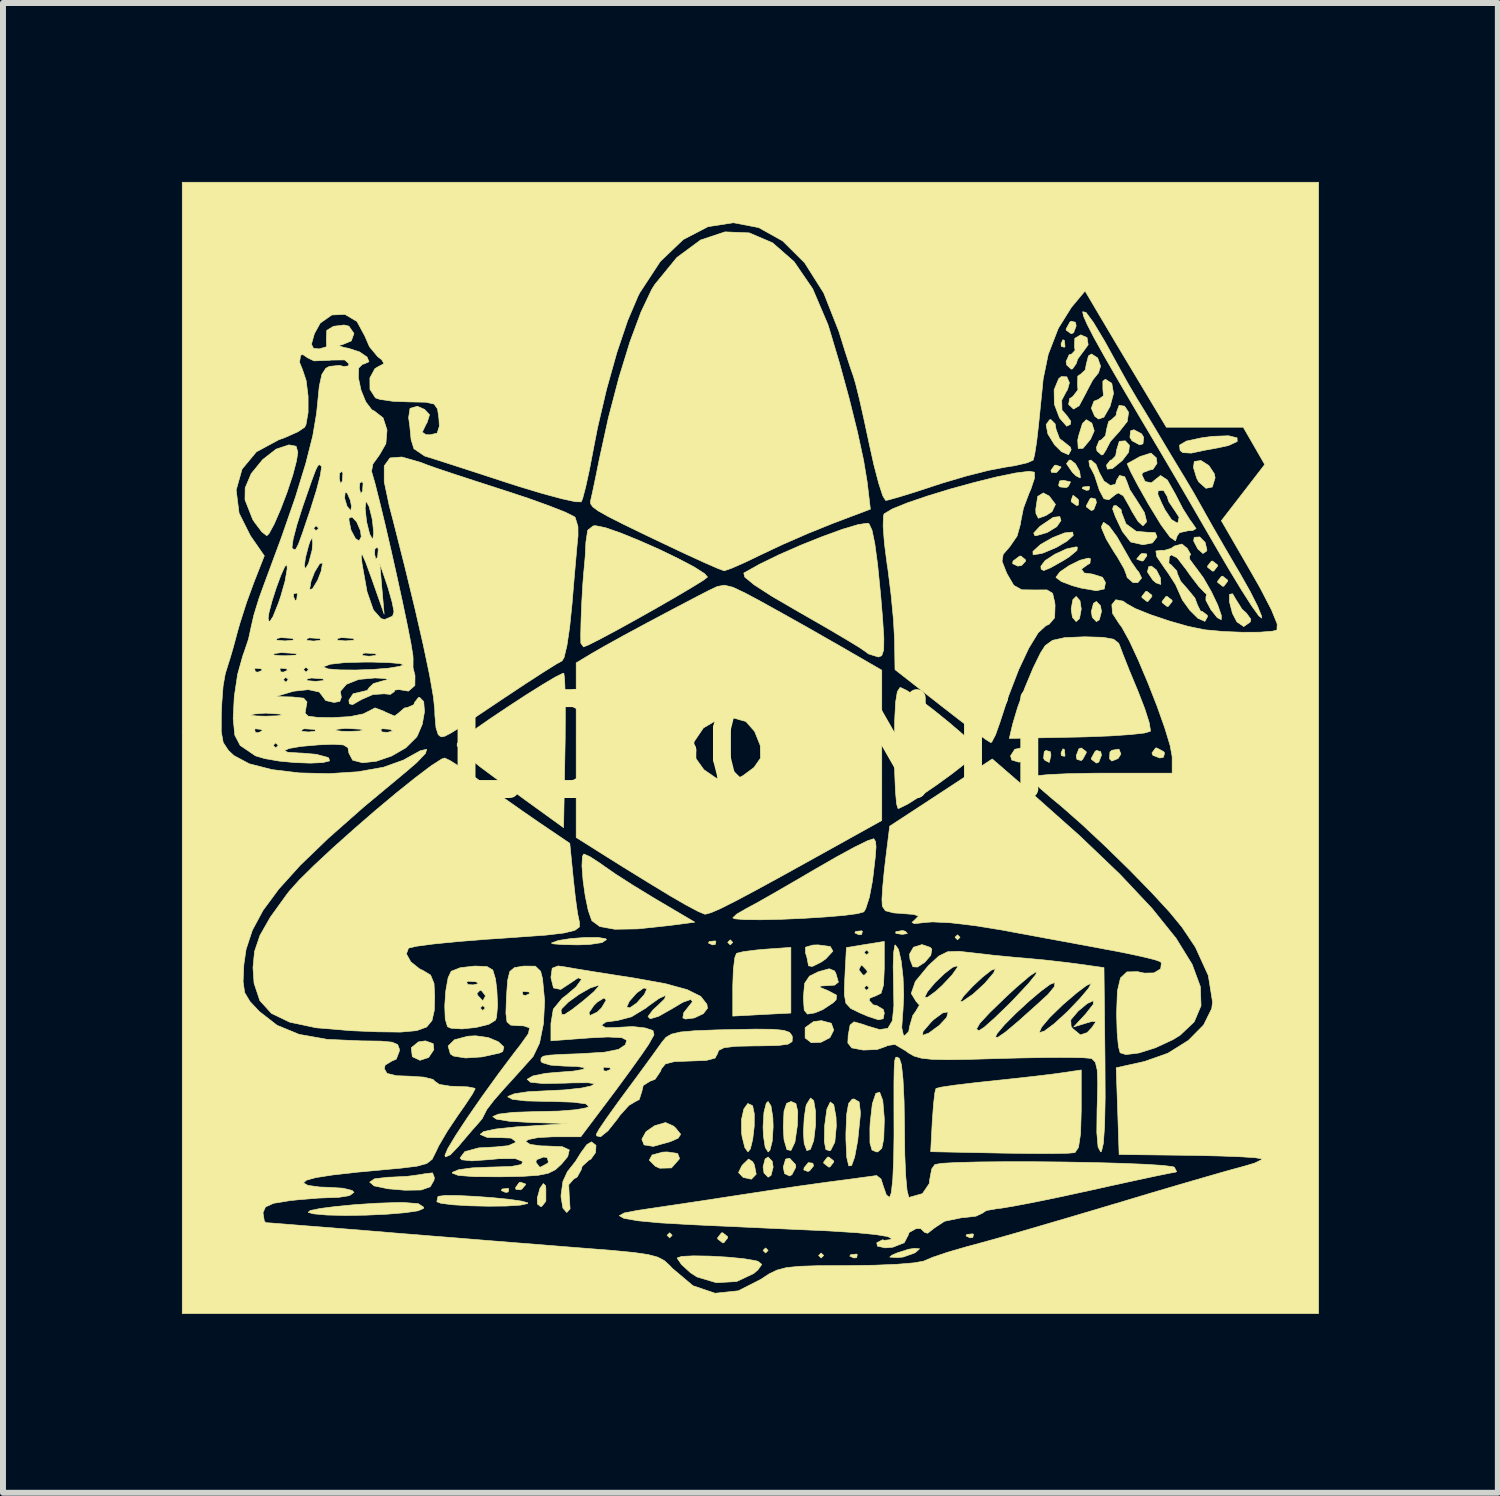
<source format=kicad_pcb>
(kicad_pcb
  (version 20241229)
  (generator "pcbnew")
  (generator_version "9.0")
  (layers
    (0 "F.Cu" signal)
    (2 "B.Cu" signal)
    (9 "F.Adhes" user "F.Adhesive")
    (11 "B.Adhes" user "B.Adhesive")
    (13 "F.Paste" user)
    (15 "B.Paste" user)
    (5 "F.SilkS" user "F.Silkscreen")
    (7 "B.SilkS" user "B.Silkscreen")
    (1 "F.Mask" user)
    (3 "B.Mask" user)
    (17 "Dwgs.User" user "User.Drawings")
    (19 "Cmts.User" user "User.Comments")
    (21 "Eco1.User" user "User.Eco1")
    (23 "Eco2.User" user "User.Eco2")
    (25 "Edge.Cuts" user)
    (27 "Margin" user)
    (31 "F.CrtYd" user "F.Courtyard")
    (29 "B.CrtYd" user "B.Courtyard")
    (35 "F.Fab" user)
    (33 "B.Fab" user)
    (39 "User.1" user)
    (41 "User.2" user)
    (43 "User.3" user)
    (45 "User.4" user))
  (footprint "LOGOINTI"
    (layer "F.Cu")
    (at 9.488 9.488)
    (property "Reference" "LOGOINTI" (at 0 0 0) (layer "F.SilkS") (effects (font (size 1.524 1.524) (thickness 0.3))))
    (attr through_hole)
    (fp_poly (pts (xy -1.27 8.17) (xy -1.312 8.213) (xy -1.355 8.17) (xy -1.312 8.128) (xy -1.27 8.17)) (stroke (width 0.01) (type solid)) (fill yes) (layer "F.SilkS"))
    (fp_poly (pts (xy -0.254 3.26) (xy -0.296 3.302) (xy -0.339 3.26) (xy -0.296 3.217) (xy -0.254 3.26)) (stroke (width 0.01) (type solid)) (fill yes) (layer "F.SilkS"))
    (fp_poly (pts (xy 0.339 8.424) (xy 0.296 8.467) (xy 0.254 8.424) (xy 0.296 8.382) (xy 0.339 8.424)) (stroke (width 0.01) (type solid)) (fill yes) (layer "F.SilkS"))
    (fp_poly (pts (xy 1.27 8.509) (xy 1.228 8.551) (xy 1.185 8.509) (xy 1.228 8.467) (xy 1.27 8.509)) (stroke (width 0.01) (type solid)) (fill yes) (layer "F.SilkS"))
    (fp_poly (pts (xy 3.556 3.175) (xy 3.514 3.217) (xy 3.471 3.175) (xy 3.514 3.133) (xy 3.556 3.175)) (stroke (width 0.01) (type solid)) (fill yes) (layer "F.SilkS"))
    (fp_poly (pts (xy -4.008 7.394) (xy -4.019 7.445) (xy -4.064 7.451) (xy -4.134 7.42) (xy -4.12 7.394) (xy -4.02 7.384) (xy -4.008 7.394)) (stroke (width 0.01) (type solid)) (fill yes) (layer "F.SilkS"))
    (fp_poly (pts (xy -0.536 3.246) (xy -0.548 3.296) (xy -0.593 3.302) (xy -0.662 3.271) (xy -0.649 3.246) (xy -0.549 3.235) (xy -0.536 3.246)) (stroke (width 0.01) (type solid)) (fill yes) (layer "F.SilkS"))
    (fp_poly (pts (xy 1.834 8.495) (xy 1.823 8.545) (xy 1.778 8.551) (xy 1.708 8.52) (xy 1.722 8.495) (xy 1.822 8.485) (xy 1.834 8.495)) (stroke (width 0.01) (type solid)) (fill yes) (layer "F.SilkS"))
    (fp_poly (pts (xy 1.919 3.076) (xy 1.907 3.127) (xy 1.863 3.133) (xy 1.793 3.102) (xy 1.806 3.076) (xy 1.907 3.066) (xy 1.919 3.076)) (stroke (width 0.01) (type solid)) (fill yes) (layer "F.SilkS"))
    (fp_poly (pts (xy 2.641 3.075) (xy 2.673 3.112) (xy 2.589 3.126) (xy 2.48 3.11) (xy 2.478 3.082) (xy 2.592 3.061) (xy 2.641 3.075)) (stroke (width 0.01) (type solid)) (fill yes) (layer "F.SilkS"))
    (fp_poly (pts (xy 3.782 8.156) (xy 3.77 8.207) (xy 3.725 8.213) (xy 3.656 8.182) (xy 3.669 8.156) (xy 3.769 8.146) (xy 3.782 8.156)) (stroke (width 0.01) (type solid)) (fill yes) (layer "F.SilkS"))
    (fp_poly (pts (xy 5.306 -6.83) (xy 5.316 -6.729) (xy 5.306 -6.717) (xy 5.255 -6.729) (xy 5.249 -6.773) (xy 5.28 -6.843) (xy 5.306 -6.83)) (stroke (width 0.01) (type solid)) (fill yes) (layer "F.SilkS"))
    (fp_poly (pts (xy 5.306 0.028) (xy 5.316 0.129) (xy 5.306 0.141) (xy 5.255 0.129) (xy 5.249 0.085) (xy 5.28 0.015) (xy 5.306 0.028)) (stroke (width 0.01) (type solid)) (fill yes) (layer "F.SilkS"))
    (fp_poly (pts (xy 5.729 -4.374) (xy 5.717 -4.324) (xy 5.673 -4.318) (xy 5.603 -4.349) (xy 5.616 -4.374) (xy 5.717 -4.385) (xy 5.729 -4.374)) (stroke (width 0.01) (type solid)) (fill yes) (layer "F.SilkS"))
    (fp_poly (pts (xy 1.088 6.962) (xy 1.101 7.006) (xy 1.035 7.089) (xy 1.005 7.101) (xy 0.937 7.074) (xy 0.942 7.038) (xy 1.013 6.952) (xy 1.088 6.962)) (stroke (width 0.01) (type solid)) (fill yes) (layer "F.SilkS"))
    (fp_poly (pts (xy 5.068 0.062) (xy 5.08 0.122) (xy 5.052 0.244) (xy 4.979 0.208) (xy 4.957 0.175) (xy 4.967 0.066) (xy 4.994 0.043) (xy 5.068 0.062)) (stroke (width 0.01) (type solid)) (fill yes) (layer "F.SilkS"))
    (fp_poly (pts (xy 5.409 -4.459) (xy 5.372 -4.386) (xy 5.34 -4.364) (xy 5.231 -4.375) (xy 5.208 -4.401) (xy 5.226 -4.475) (xy 5.287 -4.487) (xy 5.409 -4.459)) (stroke (width 0.01) (type solid)) (fill yes) (layer "F.SilkS"))
    (fp_poly (pts (xy 6.253 0.102) (xy 6.206 0.178) (xy 6.1 0.22) (xy 6.062 0.183) (xy 6.069 0.068) (xy 6.1 0.04) (xy 6.22 0.02) (xy 6.253 0.102)) (stroke (width 0.01) (type solid)) (fill yes) (layer "F.SilkS"))
    (fp_poly (pts (xy -3.728 7.31) (xy -3.725 7.319) (xy -3.785 7.391) (xy -3.81 7.408) (xy -3.888 7.402) (xy -3.895 7.371) (xy -3.833 7.285) (xy -3.81 7.281) (xy -3.728 7.31)) (stroke (width 0.01) (type solid)) (fill yes) (layer "F.SilkS"))
    (fp_poly (pts (xy -0.341 8.192) (xy -0.339 8.213) (xy -0.403 8.295) (xy -0.423 8.297) (xy -0.506 8.233) (xy -0.508 8.213) (xy -0.444 8.13) (xy -0.423 8.128) (xy -0.341 8.192)) (stroke (width 0.01) (type solid)) (fill yes) (layer "F.SilkS"))
    (fp_poly (pts (xy 0.407 6.929) (xy 0.423 7.027) (xy 0.388 7.165) (xy 0.339 7.197) (xy 0.27 7.126) (xy 0.254 7.027) (xy 0.289 6.89) (xy 0.339 6.858) (xy 0.407 6.929)) (stroke (width 0.01) (type solid)) (fill yes) (layer "F.SilkS"))
    (fp_poly (pts (xy 0.797 6.983) (xy 0.804 7.027) (xy 0.738 7.154) (xy 0.699 7.176) (xy 0.614 7.136) (xy 0.593 7.027) (xy 0.632 6.893) (xy 0.699 6.879) (xy 0.797 6.983)) (stroke (width 0.01) (type solid)) (fill yes) (layer "F.SilkS"))
    (fp_poly (pts (xy 1.437 6.922) (xy 1.439 6.943) (xy 1.375 7.025) (xy 1.355 7.027) (xy 1.272 6.963) (xy 1.27 6.943) (xy 1.334 6.86) (xy 1.355 6.858) (xy 1.437 6.922)) (stroke (width 0.01) (type solid)) (fill yes) (layer "F.SilkS"))
    (fp_poly (pts (xy 4.654 -3.153) (xy 4.657 -3.133) (xy 4.588 -3.058) (xy 4.525 -3.048) (xy 4.437 -3.089) (xy 4.445 -3.133) (xy 4.553 -3.214) (xy 4.577 -3.217) (xy 4.654 -3.153)) (stroke (width 0.01) (type solid)) (fill yes) (layer "F.SilkS"))
    (fp_poly (pts (xy 4.703 0.045) (xy 4.706 0.139) (xy 4.597 0.224) (xy 4.544 0.239) (xy 4.423 0.203) (xy 4.403 0.133) (xy 4.474 0.023) (xy 4.579 0) (xy 4.703 0.045)) (stroke (width 0.01) (type solid)) (fill yes) (layer "F.SilkS"))
    (fp_poly (pts (xy 5.247 -4.712) (xy 5.249 -4.704) (xy 5.19 -4.632) (xy 5.165 -4.614) (xy 5.087 -4.621) (xy 5.08 -4.652) (xy 5.141 -4.738) (xy 5.165 -4.741) (xy 5.247 -4.712)) (stroke (width 0.01) (type solid)) (fill yes) (layer "F.SilkS"))
    (fp_poly (pts (xy 5.491 -7.135) (xy 5.503 -7.075) (xy 5.459 -6.959) (xy 5.419 -6.943) (xy 5.336 -7.003) (xy 5.334 -7.022) (xy 5.396 -7.137) (xy 5.419 -7.154) (xy 5.491 -7.135)) (stroke (width 0.01) (type solid)) (fill yes) (layer "F.SilkS"))
    (fp_poly (pts (xy 5.528 -4.174) (xy 5.546 -4.149) (xy 5.539 -4.071) (xy 5.508 -4.064) (xy 5.422 -4.125) (xy 5.419 -4.149) (xy 5.448 -4.231) (xy 5.456 -4.233) (xy 5.528 -4.174)) (stroke (width 0.01) (type solid)) (fill yes) (layer "F.SilkS"))
    (fp_poly (pts (xy 5.567 -2.468) (xy 5.588 -2.328) (xy 5.559 -2.169) (xy 5.503 -2.117) (xy 5.44 -2.189) (xy 5.419 -2.328) (xy 5.448 -2.487) (xy 5.503 -2.54) (xy 5.567 -2.468)) (stroke (width 0.01) (type solid)) (fill yes) (layer "F.SilkS"))
    (fp_poly (pts (xy 5.67 0.061) (xy 5.673 0.08) (xy 5.611 0.194) (xy 5.588 0.212) (xy 5.516 0.192) (xy 5.503 0.132) (xy 5.548 0.016) (xy 5.588 0) (xy 5.67 0.061)) (stroke (width 0.01) (type solid)) (fill yes) (layer "F.SilkS"))
    (fp_poly (pts (xy 5.83 -4.172) (xy 5.842 -4.111) (xy 5.798 -3.995) (xy 5.757 -3.979) (xy 5.675 -4.04) (xy 5.673 -4.059) (xy 5.734 -4.174) (xy 5.757 -4.191) (xy 5.83 -4.172)) (stroke (width 0.01) (type solid)) (fill yes) (layer "F.SilkS"))
    (fp_poly (pts (xy 5.911 -2.384) (xy 5.927 -2.286) (xy 5.891 -2.148) (xy 5.842 -2.117) (xy 5.773 -2.188) (xy 5.757 -2.286) (xy 5.793 -2.424) (xy 5.842 -2.455) (xy 5.911 -2.384)) (stroke (width 0.01) (type solid)) (fill yes) (layer "F.SilkS"))
    (fp_poly (pts (xy 5.914 0.062) (xy 5.927 0.122) (xy 5.882 0.238) (xy 5.842 0.254) (xy 5.76 0.193) (xy 5.757 0.174) (xy 5.819 0.06) (xy 5.842 0.042) (xy 5.914 0.062)) (stroke (width 0.01) (type solid)) (fill yes) (layer "F.SilkS"))
    (fp_poly (pts (xy 6.599 -5.266) (xy 6.635 -5.207) (xy 6.623 -5.098) (xy 6.568 -5.08) (xy 6.44 -5.148) (xy 6.404 -5.207) (xy 6.415 -5.316) (xy 6.471 -5.334) (xy 6.599 -5.266)) (stroke (width 0.01) (type solid)) (fill yes) (layer "F.SilkS"))
    (fp_poly (pts (xy 6.682 -3.253) (xy 6.689 -3.222) (xy 6.627 -3.136) (xy 6.604 -3.133) (xy 6.522 -3.162) (xy 6.519 -3.17) (xy 6.579 -3.242) (xy 6.604 -3.26) (xy 6.682 -3.253)) (stroke (width 0.01) (type solid)) (fill yes) (layer "F.SilkS"))
    (fp_poly (pts (xy 6.771 -2.56) (xy 6.773 -2.54) (xy 6.709 -2.458) (xy 6.689 -2.455) (xy 6.606 -2.52) (xy 6.604 -2.54) (xy 6.668 -2.622) (xy 6.689 -2.625) (xy 6.771 -2.56)) (stroke (width 0.01) (type solid)) (fill yes) (layer "F.SilkS"))
    (fp_poly (pts (xy 6.968 0.062) (xy 6.985 0.085) (xy 6.966 0.157) (xy 6.905 0.169) (xy 6.789 0.125) (xy 6.773 0.085) (xy 6.834 0.002) (xy 6.853 0) (xy 6.968 0.062)) (stroke (width 0.01) (type solid)) (fill yes) (layer "F.SilkS"))
    (fp_poly (pts (xy 7.11 -2.476) (xy 7.112 -2.455) (xy 7.048 -2.373) (xy 7.027 -2.371) (xy 6.945 -2.435) (xy 6.943 -2.455) (xy 7.007 -2.538) (xy 7.027 -2.54) (xy 7.11 -2.476)) (stroke (width 0.01) (type solid)) (fill yes) (layer "F.SilkS"))
    (fp_poly (pts (xy 7.665 -3.445) (xy 7.695 -3.319) (xy 7.69 -3.3) (xy 7.628 -3.259) (xy 7.541 -3.337) (xy 7.472 -3.47) (xy 7.482 -3.531) (xy 7.575 -3.537) (xy 7.665 -3.445)) (stroke (width 0.01) (type solid)) (fill yes) (layer "F.SilkS"))
    (fp_poly (pts (xy 7.872 -3.068) (xy 7.874 -3.048) (xy 7.81 -2.966) (xy 7.789 -2.963) (xy 7.707 -3.028) (xy 7.705 -3.048) (xy 7.769 -3.13) (xy 7.789 -3.133) (xy 7.872 -3.068)) (stroke (width 0.01) (type solid)) (fill yes) (layer "F.SilkS"))
    (fp_poly (pts (xy 8.041 -2.814) (xy 8.043 -2.794) (xy 7.979 -2.712) (xy 7.959 -2.709) (xy 7.876 -2.774) (xy 7.874 -2.794) (xy 7.938 -2.876) (xy 7.959 -2.879) (xy 8.041 -2.814)) (stroke (width 0.01) (type solid)) (fill yes) (layer "F.SilkS"))
    (fp_poly (pts (xy -5.276 4.958) (xy -5.265 5.058) (xy -5.352 5.189) (xy -5.497 5.237) (xy -5.621 5.179) (xy -5.627 5.169) (xy -5.643 5.026) (xy -5.525 4.929) (xy -5.407 4.911) (xy -5.276 4.958)) (stroke (width 0.01) (type solid)) (fill yes) (layer "F.SilkS"))
    (fp_poly (pts (xy -3.39 7.343) (xy -3.387 7.394) (xy -3.387 7.599) (xy -3.452 7.682) (xy -3.472 7.691) (xy -3.529 7.646) (xy -3.531 7.545) (xy -3.485 7.38) (xy -3.429 7.303) (xy -3.39 7.343)) (stroke (width 0.01) (type solid)) (fill yes) (layer "F.SilkS"))
    (fp_poly (pts (xy 0.078 6.936) (xy 0.108 6.988) (xy 0.139 7.146) (xy 0.058 7.23) (xy -0.08 7.2) (xy -0.157 7.119) (xy -0.104 7.009) (xy -0.086 6.986) (xy 0.011 6.892) (xy 0.078 6.936)) (stroke (width 0.01) (type solid)) (fill yes) (layer "F.SilkS"))
    (fp_poly (pts (xy 1.398 4.616) (xy 1.439 4.731) (xy 1.374 4.858) (xy 1.224 4.935) (xy 1.062 4.942) (xy 0.959 4.862) (xy 0.959 4.689) (xy 1.1 4.588) (xy 1.233 4.572) (xy 1.398 4.616)) (stroke (width 0.01) (type solid)) (fill yes) (layer "F.SilkS"))
    (fp_poly (pts (xy 5.051 -4.222) (xy 5.156 -4.083) (xy 5.098 -3.961) (xy 4.995 -3.895) (xy 4.869 -3.85) (xy 4.828 -3.932) (xy 4.826 -4.005) (xy 4.858 -4.216) (xy 4.951 -4.275) (xy 5.051 -4.222)) (stroke (width 0.01) (type solid)) (fill yes) (layer "F.SilkS"))
    (fp_poly (pts (xy 5.49 -4.764) (xy 5.561 -4.636) (xy 5.574 -4.533) (xy 5.569 -4.526) (xy 5.502 -4.56) (xy 5.44 -4.619) (xy 5.341 -4.764) (xy 5.385 -4.824) (xy 5.41 -4.826) (xy 5.49 -4.764)) (stroke (width 0.01) (type solid)) (fill yes) (layer "F.SilkS"))
    (fp_poly (pts (xy 6.847 -2.984) (xy 6.915 -2.852) (xy 6.922 -2.747) (xy 6.918 -2.741) (xy 6.844 -2.766) (xy 6.789 -2.812) (xy 6.697 -2.95) (xy 6.719 -3.038) (xy 6.764 -3.048) (xy 6.847 -2.984)) (stroke (width 0.01) (type solid)) (fill yes) (layer "F.SilkS"))
    (fp_poly (pts (xy -1.179 6.798) (xy -1.147 6.879) (xy -1.152 6.894) (xy -1.282 7.041) (xy -1.478 7.046) (xy -1.552 7.013) (xy -1.654 6.911) (xy -1.606 6.824) (xy -1.428 6.776) (xy -1.352 6.773) (xy -1.179 6.798)) (stroke (width 0.01) (type solid)) (fill yes) (layer "F.SilkS"))
    (fp_poly (pts (xy 2.878 8.397) (xy 2.815 8.453) (xy 2.794 8.467) (xy 2.602 8.535) (xy 2.498 8.544) (xy 2.377 8.536) (xy 2.411 8.505) (xy 2.498 8.467) (xy 2.695 8.404) (xy 2.794 8.389) (xy 2.878 8.397)) (stroke (width 0.01) (type solid)) (fill yes) (layer "F.SilkS"))
    (fp_poly (pts (xy 3.057 3.344) (xy 3.083 3.375) (xy 3.066 3.476) (xy 2.965 3.594) (xy 2.842 3.674) (xy 2.766 3.669) (xy 2.717 3.544) (xy 2.709 3.457) (xy 2.776 3.341) (xy 2.919 3.297) (xy 3.057 3.344)) (stroke (width 0.01) (type solid)) (fill yes) (layer "F.SilkS"))
    (fp_poly (pts (xy 5.249 -3.813) (xy 5.179 -3.71) (xy 5.018 -3.611) (xy 4.839 -3.559) (xy 4.81 -3.558) (xy 4.791 -3.602) (xy 4.888 -3.707) (xy 4.911 -3.725) (xy 5.12 -3.866) (xy 5.228 -3.878) (xy 5.249 -3.813)) (stroke (width 0.01) (type solid)) (fill yes) (layer "F.SilkS"))
    (fp_poly (pts (xy 5.761 -5.448) (xy 5.766 -5.444) (xy 5.806 -5.315) (xy 5.744 -5.175) (xy 5.617 -5.022) (xy 5.537 -5.019) (xy 5.529 -5.16) (xy 5.543 -5.228) (xy 5.608 -5.438) (xy 5.673 -5.503) (xy 5.761 -5.448)) (stroke (width 0.01) (type solid)) (fill yes) (layer "F.SilkS"))
    (fp_poly (pts (xy 7.728 -4.733) (xy 7.82 -4.594) (xy 7.832 -4.527) (xy 7.785 -4.374) (xy 7.678 -4.352) (xy 7.557 -4.46) (xy 7.523 -4.523) (xy 7.469 -4.701) (xy 7.483 -4.802) (xy 7.596 -4.818) (xy 7.728 -4.733)) (stroke (width 0.01) (type solid)) (fill yes) (layer "F.SilkS"))
    (fp_poly (pts (xy -1.246 6.34) (xy -1.21 6.374) (xy -1.127 6.477) (xy -1.17 6.543) (xy -1.303 6.601) (xy -1.586 6.68) (xy -1.741 6.655) (xy -1.778 6.56) (xy -1.708 6.433) (xy -1.563 6.333) (xy -1.381 6.28) (xy -1.246 6.34)) (stroke (width 0.01) (type solid)) (fill yes) (layer "F.SilkS"))
    (fp_poly (pts (xy 0.72 4.445) (xy 0.233 4.47) (xy -0.254 4.496) (xy -0.254 3.989) (xy -0.244 3.713) (xy -0.219 3.514) (xy -0.191 3.443) (xy -0.075 3.415) (xy 0.148 3.387) (xy 0.296 3.374) (xy 0.72 3.344) (xy 0.72 4.445)) (stroke (width 0.01) (type solid)) (fill yes) (layer "F.SilkS"))
    (fp_poly (pts (xy 0.805 5.963) (xy 0.836 6.097) (xy 0.83 6.322) (xy 0.788 6.61) (xy 0.722 6.748) (xy 0.654 6.735) (xy 0.605 6.567) (xy 0.593 6.357) (xy 0.605 6.091) (xy 0.649 5.959) (xy 0.724 5.927) (xy 0.805 5.963)) (stroke (width 0.01) (type solid)) (fill yes) (layer "F.SilkS"))
    (fp_poly (pts (xy 1.439 5.981) (xy 1.477 6.188) (xy 1.482 6.343) (xy 1.457 6.608) (xy 1.388 6.745) (xy 1.371 6.754) (xy 1.307 6.733) (xy 1.281 6.598) (xy 1.286 6.337) (xy 1.324 6.055) (xy 1.381 5.936) (xy 1.439 5.981)) (stroke (width 0.01) (type solid)) (fill yes) (layer "F.SilkS"))
    (fp_poly (pts (xy 5.454 -3.562) (xy 5.35 -3.467) (xy 5.171 -3.361) (xy 4.958 -3.271) (xy 4.921 -3.259) (xy 4.781 -3.237) (xy 4.778 -3.294) (xy 4.904 -3.409) (xy 5.105 -3.524) (xy 5.31 -3.605) (xy 5.444 -3.618) (xy 5.454 -3.562)) (stroke (width 0.01) (type solid)) (fill yes) (layer "F.SilkS"))
    (fp_poly (pts (xy 8.175 -2.498) (xy 8.282 -2.327) (xy 8.356 -2.26) (xy 8.431 -2.158) (xy 8.421 -2.111) (xy 8.312 -2.034) (xy 8.197 -2.113) (xy 8.123 -2.256) (xy 8.072 -2.452) (xy 8.073 -2.574) (xy 8.125 -2.584) (xy 8.175 -2.498)) (stroke (width 0.01) (type solid)) (fill yes) (layer "F.SilkS"))
    (fp_poly (pts (xy -2.386 3.198) (xy -2.371 3.214) (xy -2.448 3.264) (xy -2.653 3.295) (xy -2.85 3.302) (xy -3.103 3.297) (xy -3.262 3.285) (xy -3.295 3.271) (xy -3.177 3.228) (xy -2.97 3.196) (xy -2.73 3.178) (xy -2.516 3.177) (xy -2.386 3.198)) (stroke (width 0.01) (type solid)) (fill yes) (layer "F.SilkS"))
    (fp_poly (pts (xy 0.387 6.003) (xy 0.418 6.198) (xy 0.423 6.35) (xy 0.408 6.591) (xy 0.369 6.745) (xy 0.339 6.773) (xy 0.29 6.697) (xy 0.26 6.502) (xy 0.254 6.35) (xy 0.269 6.109) (xy 0.308 5.955) (xy 0.339 5.927) (xy 0.387 6.003)) (stroke (width 0.01) (type solid)) (fill yes) (layer "F.SilkS"))
    (fp_poly (pts (xy 1.103 5.913) (xy 1.133 6.089) (xy 1.134 6.32) (xy 1.103 6.583) (xy 1.047 6.731) (xy 0.988 6.751) (xy 0.943 6.63) (xy 0.931 6.449) (xy 0.944 6.196) (xy 0.974 6.002) (xy 0.983 5.976) (xy 1.05 5.869) (xy 1.103 5.913)) (stroke (width 0.01) (type solid)) (fill yes) (layer "F.SilkS"))
    (fp_poly (pts (xy 1.381 3.329) (xy 1.425 3.407) (xy 1.307 3.535) (xy 1.228 3.591) (xy 1.081 3.664) (xy 1.016 3.653) (xy 1.016 3.65) (xy 0.988 3.506) (xy 0.965 3.436) (xy 0.965 3.341) (xy 1.088 3.305) (xy 1.176 3.302) (xy 1.381 3.329)) (stroke (width 0.01) (type solid)) (fill yes) (layer "F.SilkS"))
    (fp_poly (pts (xy 5.523 -3.366) (xy 5.516 -3.311) (xy 5.39 -3.206) (xy 5.301 -3.149) (xy 5.075 -3.021) (xy 4.959 -2.973) (xy 4.916 -2.996) (xy 4.911 -3.046) (xy 4.981 -3.139) (xy 5.146 -3.247) (xy 5.34 -3.336) (xy 5.497 -3.37) (xy 5.523 -3.366)) (stroke (width 0.01) (type solid)) (fill yes) (layer "F.SilkS"))
    (fp_poly (pts (xy 6.396 -5.074) (xy 6.383 -4.957) (xy 6.278 -4.82) (xy 6.109 -4.682) (xy 6.026 -4.674) (xy 6.011 -4.741) (xy 6.076 -4.824) (xy 6.096 -4.826) (xy 6.165 -4.897) (xy 6.181 -4.995) (xy 6.226 -5.14) (xy 6.326 -5.148) (xy 6.396 -5.074)) (stroke (width 0.01) (type solid)) (fill yes) (layer "F.SilkS"))
    (fp_poly (pts (xy -4.354 4.855) (xy -4.184 4.926) (xy -4.091 5.013) (xy -4.11 5.09) (xy -4.16 5.114) (xy -4.457 5.18) (xy -4.734 5.198) (xy -4.934 5.166) (xy -4.988 5.131) (xy -5.026 4.997) (xy -4.919 4.892) (xy -4.694 4.833) (xy -4.565 4.826) (xy -4.354 4.855)) (stroke (width 0.01) (type solid)) (fill yes) (layer "F.SilkS"))
    (fp_poly (pts (xy 0.075 5.996) (xy 0.08 6.003) (xy 0.107 6.134) (xy 0.106 6.341) (xy 0.081 6.558) (xy 0.041 6.723) (xy 0.00037 6.773) (xy -0.052 6.699) (xy -0.098 6.513) (xy -0.106 6.456) (xy -0.108 6.231) (xy -0.068 6.053) (xy -0.002 5.961) (xy 0.075 5.996)) (stroke (width 0.01) (type solid)) (fill yes) (layer "F.SilkS"))
    (fp_poly (pts (xy 5.15 -5.433) (xy 5.165 -5.343) (xy 5.224 -5.185) (xy 5.292 -5.134) (xy 5.404 -5.044) (xy 5.419 -4.998) (xy 5.375 -4.915) (xy 5.258 -4.965) (xy 5.141 -5.081) (xy 5.029 -5.262) (xy 4.999 -5.419) (xy 5.057 -5.501) (xy 5.08 -5.503) (xy 5.15 -5.433)) (stroke (width 0.01) (type solid)) (fill yes) (layer "F.SilkS"))
    (fp_poly (pts (xy 6.1 -6.112) (xy 6.129 -5.942) (xy 6.07 -5.722) (xy 5.968 -5.545) (xy 5.878 -5.513) (xy 5.814 -5.56) (xy 5.757 -5.694) (xy 5.801 -5.812) (xy 5.876 -5.842) (xy 5.96 -5.904) (xy 5.951 -6.011) (xy 5.95 -6.146) (xy 5.992 -6.181) (xy 6.1 -6.112)) (stroke (width 0.01) (type solid)) (fill yes) (layer "F.SilkS"))
    (fp_poly (pts (xy 1.865 5.936) (xy 1.886 6.11) (xy 1.882 6.181) (xy 1.841 6.581) (xy 1.79 6.857) (xy 1.738 7.002) (xy 1.691 7.007) (xy 1.657 6.864) (xy 1.643 6.565) (xy 1.643 6.456) (xy 1.656 6.139) (xy 1.688 5.961) (xy 1.746 5.89) (xy 1.778 5.884) (xy 1.865 5.936)) (stroke (width 0.01) (type solid)) (fill yes) (layer "F.SilkS"))
    (fp_poly (pts (xy 2.261 5.911) (xy 2.286 6.21) (xy 2.286 6.258) (xy 2.277 6.553) (xy 2.244 6.713) (xy 2.18 6.771) (xy 2.155 6.773) (xy 2.08 6.741) (xy 2.046 6.622) (xy 2.045 6.379) (xy 2.049 6.293) (xy 2.086 5.965) (xy 2.145 5.791) (xy 2.209 5.772) (xy 2.261 5.911)) (stroke (width 0.01) (type solid)) (fill yes) (layer "F.SilkS"))
    (fp_poly (pts (xy 8.2 -5.198) (xy 8.203 -5.137) (xy 8.056 -5.069) (xy 7.895 -5.034) (xy 7.647 -4.988) (xy 7.455 -4.947) (xy 7.437 -4.942) (xy 7.29 -4.95) (xy 7.245 -4.986) (xy 7.236 -5.076) (xy 7.351 -5.144) (xy 7.608 -5.199) (xy 7.787 -5.223) (xy 8.058 -5.233) (xy 8.2 -5.198)) (stroke (width 0.01) (type solid)) (fill yes) (layer "F.SilkS"))
    (fp_poly (pts (xy -5.256 7.204) (xy -5.263 7.248) (xy -5.325 7.357) (xy -5.478 7.411) (xy -5.749 7.415) (xy -6.032 7.391) (xy -6.267 7.342) (xy -6.341 7.279) (xy -6.258 7.223) (xy -6.024 7.196) (xy -5.99 7.196) (xy -5.711 7.182) (xy -5.472 7.15) (xy -5.431 7.141) (xy -5.287 7.124) (xy -5.256 7.204)) (stroke (width 0.01) (type solid)) (fill yes) (layer "F.SilkS"))
    (fp_poly (pts (xy 5.685 -6.879) (xy 5.704 -6.758) (xy 5.636 -6.664) (xy 5.529 -6.52) (xy 5.503 -6.441) (xy 5.442 -6.354) (xy 5.419 -6.35) (xy 5.344 -6.419) (xy 5.334 -6.477) (xy 5.385 -6.59) (xy 5.428 -6.604) (xy 5.485 -6.665) (xy 5.474 -6.728) (xy 5.48 -6.866) (xy 5.579 -6.925) (xy 5.685 -6.879)) (stroke (width 0.01) (type solid)) (fill yes) (layer "F.SilkS"))
    (fp_poly (pts (xy 6.256 -3.996) (xy 6.265 -3.943) (xy 6.338 -3.756) (xy 6.509 -3.631) (xy 6.687 -3.616) (xy 6.83 -3.609) (xy 6.858 -3.536) (xy 6.782 -3.437) (xy 6.624 -3.406) (xy 6.416 -3.452) (xy 6.279 -3.626) (xy 6.162 -3.873) (xy 6.114 -4.005) (xy 6.129 -4.057) (xy 6.172 -4.064) (xy 6.256 -3.996)) (stroke (width 0.01) (type solid)) (fill yes) (layer "F.SilkS"))
    (fp_poly (pts (xy 5.346 -6.221) (xy 5.39 -6.122) (xy 5.357 -6.002) (xy 5.344 -5.987) (xy 5.261 -5.83) (xy 5.265 -5.663) (xy 5.347 -5.57) (xy 5.413 -5.476) (xy 5.406 -5.424) (xy 5.344 -5.393) (xy 5.23 -5.523) (xy 5.223 -5.534) (xy 5.137 -5.761) (xy 5.133 -6.003) (xy 5.21 -6.189) (xy 5.253 -6.225) (xy 5.346 -6.221)) (stroke (width 0.01) (type solid)) (fill yes) (layer "F.SilkS"))
    (fp_poly (pts (xy -4.853 7.504) (xy -4.573 7.518) (xy -4.274 7.54) (xy -3.999 7.568) (xy -3.79 7.598) (xy -3.69 7.627) (xy -3.691 7.638) (xy -3.815 7.665) (xy -4.051 7.68) (xy -4.35 7.683) (xy -4.665 7.676) (xy -4.946 7.659) (xy -5.146 7.634) (xy -5.215 7.608) (xy -5.196 7.521) (xy -5.187 7.517) (xy -5.072 7.502) (xy -4.853 7.504)) (stroke (width 0.01) (type solid)) (fill yes) (layer "F.SilkS"))
    (fp_poly (pts (xy -0.642 8.519) (xy -0.346 8.536) (xy -0.072 8.562) (xy 0.132 8.597) (xy 0.169 8.607) (xy 0.233 8.658) (xy 0.168 8.75) (xy 0.096 8.812) (xy -0.19 8.946) (xy -0.53 8.965) (xy -0.853 8.869) (xy -0.962 8.799) (xy -1.114 8.66) (xy -1.185 8.556) (xy -1.185 8.55) (xy -1.109 8.524) (xy -0.912 8.515) (xy -0.642 8.519)) (stroke (width 0.01) (type solid)) (fill yes) (layer "F.SilkS"))
    (fp_poly (pts (xy -5.526 7.64) (xy -5.436 7.699) (xy -5.438 7.72) (xy -5.53 7.76) (xy -5.749 7.792) (xy -6.053 7.817) (xy -6.4 7.833) (xy -6.749 7.838) (xy -7.057 7.831) (xy -7.282 7.811) (xy -7.372 7.786) (xy -7.338 7.755) (xy -7.17 7.721) (xy -6.905 7.687) (xy -6.579 7.656) (xy -6.227 7.633) (xy -5.885 7.621) (xy -5.78 7.62) (xy -5.526 7.64)) (stroke (width 0.01) (type solid)) (fill yes) (layer "F.SilkS"))
    (fp_poly (pts (xy 6.054 -3.719) (xy 6.186 -3.541) (xy 6.307 -3.329) (xy 6.428 -3.117) (xy 6.527 -2.974) (xy 6.55 -2.952) (xy 6.6 -2.848) (xy 6.536 -2.77) (xy 6.456 -2.771) (xy 6.357 -2.857) (xy 6.35 -2.89) (xy 6.306 -3.005) (xy 6.195 -3.198) (xy 6.138 -3.284) (xy 6.008 -3.5) (xy 5.934 -3.673) (xy 5.927 -3.713) (xy 5.962 -3.782) (xy 6.054 -3.719)) (stroke (width 0.01) (type solid)) (fill yes) (layer "F.SilkS"))
    (fp_poly (pts (xy -7.574 -5.057) (xy -7.545 -4.957) (xy -7.567 -4.814) (xy -7.63 -4.573) (xy -7.725 -4.286) (xy -7.835 -3.997) (xy -7.942 -3.751) (xy -8.028 -3.593) (xy -8.066 -3.557) (xy -8.148 -3.621) (xy -8.27 -3.782) (xy -8.302 -3.831) (xy -8.431 -4.16) (xy -8.428 -4.36) (xy -8.326 -4.599) (xy -8.136 -4.832) (xy -7.909 -5.009) (xy -7.695 -5.08) (xy -7.693 -5.08) (xy -7.574 -5.057)) (stroke (width 0.01) (type solid)) (fill yes) (layer "F.SilkS"))
    (fp_poly (pts (xy 5.742 -3.172) (xy 5.734 -3.094) (xy 5.694 -3.072) (xy 5.592 -2.998) (xy 5.636 -2.933) (xy 5.776 -2.914) (xy 5.944 -2.861) (xy 5.994 -2.773) (xy 5.974 -2.665) (xy 5.843 -2.635) (xy 5.584 -2.68) (xy 5.44 -2.719) (xy 5.254 -2.79) (xy 5.166 -2.856) (xy 5.165 -2.863) (xy 5.231 -2.951) (xy 5.386 -3.057) (xy 5.566 -3.146) (xy 5.707 -3.182) (xy 5.742 -3.172)) (stroke (width 0.01) (type solid)) (fill yes) (layer "F.SilkS"))
    (fp_poly (pts (xy -2.645 1.825) (xy -2.468 1.941) (xy -2.421 1.975) (xy -2.224 2.112) (xy -1.934 2.298) (xy -1.607 2.498) (xy -1.525 2.547) (xy -0.891 2.921) (xy -1.313 2.977) (xy -1.846 3.034) (xy -2.231 3.04) (xy -2.482 2.995) (xy -2.614 2.898) (xy -2.62 2.888) (xy -2.677 2.723) (xy -2.727 2.482) (xy -2.764 2.217) (xy -2.782 1.978) (xy -2.774 1.817) (xy -2.75 1.778) (xy -2.645 1.825)) (stroke (width 0.01) (type solid)) (fill yes) (layer "F.SilkS"))
    (fp_poly (pts (xy 5.863 -6.538) (xy 5.912 -6.4) (xy 5.876 -6.284) (xy 5.869 -6.278) (xy 5.781 -6.168) (xy 5.678 -5.973) (xy 5.666 -5.948) (xy 5.553 -5.736) (xy 5.459 -5.68) (xy 5.376 -5.758) (xy 5.393 -5.856) (xy 5.446 -5.89) (xy 5.532 -6.001) (xy 5.526 -6.101) (xy 5.53 -6.233) (xy 5.578 -6.265) (xy 5.655 -6.336) (xy 5.673 -6.435) (xy 5.709 -6.572) (xy 5.76 -6.604) (xy 5.863 -6.538)) (stroke (width 0.01) (type solid)) (fill yes) (layer "F.SilkS"))
    (fp_poly (pts (xy 6.315 -5.728) (xy 6.382 -5.626) (xy 6.359 -5.471) (xy 6.222 -5.298) (xy 6.078 -5.139) (xy 6.012 -5.014) (xy 6.011 -5.007) (xy 5.953 -4.916) (xy 5.927 -4.911) (xy 5.852 -4.979) (xy 5.842 -5.038) (xy 5.888 -5.15) (xy 5.927 -5.165) (xy 5.995 -5.236) (xy 6.011 -5.334) (xy 6.047 -5.472) (xy 6.096 -5.503) (xy 6.171 -5.572) (xy 6.181 -5.63) (xy 6.224 -5.744) (xy 6.315 -5.728)) (stroke (width 0.01) (type solid)) (fill yes) (layer "F.SilkS"))
    (fp_poly (pts (xy 1.453 3.739) (xy 1.476 3.784) (xy 1.517 3.927) (xy 1.453 3.977) (xy 1.333 3.985) (xy 1.204 3.993) (xy 1.225 4.021) (xy 1.349 4.072) (xy 1.486 4.145) (xy 1.479 4.221) (xy 1.433 4.269) (xy 1.253 4.388) (xy 1.122 4.442) (xy 0.998 4.462) (xy 0.944 4.398) (xy 0.931 4.208) (xy 0.931 4.173) (xy 0.95 3.948) (xy 1.032 3.826) (xy 1.18 3.753) (xy 1.363 3.702) (xy 1.453 3.739)) (stroke (width 0.01) (type solid)) (fill yes) (layer "F.SilkS"))
    (fp_poly (pts (xy -3.073 -1.157) (xy -3.064 -0.923) (xy -3.061 -0.58) (xy -3.063 -0.16) (xy -3.067 0.064) (xy -3.09 1.337) (xy -3.725 0.878) (xy -4.167 0.556) (xy -4.487 0.318) (xy -4.7 0.148) (xy -4.824 0.034) (xy -4.875 -0.038) (xy -4.873 -0.076) (xy -4.784 -0.158) (xy -4.592 -0.301) (xy -4.329 -0.484) (xy -4.028 -0.686) (xy -3.722 -0.886) (xy -3.444 -1.06) (xy -3.227 -1.189) (xy -3.102 -1.251) (xy -3.086 -1.252) (xy -3.073 -1.157)) (stroke (width 0.01) (type solid)) (fill yes) (layer "F.SilkS"))
    (fp_poly (pts (xy -2.547 6.662) (xy -2.554 6.784) (xy -2.633 6.894) (xy -2.667 6.912) (xy -2.779 7.014) (xy -2.794 7.07) (xy -2.862 7.193) (xy -2.92 7.227) (xy -3.004 7.323) (xy -2.994 7.53) (xy -2.994 7.532) (xy -2.981 7.728) (xy -3.037 7.789) (xy -3.101 7.715) (xy -3.132 7.533) (xy -3.133 7.499) (xy -3.101 7.267) (xy -3.025 7.101) (xy -3.019 7.095) (xy -2.888 6.929) (xy -2.804 6.793) (xy -2.699 6.649) (xy -2.622 6.604) (xy -2.547 6.662)) (stroke (width 0.01) (type solid)) (fill yes) (layer "F.SilkS"))
    (fp_poly (pts (xy 5.588 6.077) (xy 5.577 6.465) (xy 5.542 6.697) (xy 5.482 6.785) (xy 5.482 6.785) (xy 5.362 6.795) (xy 5.107 6.8) (xy 4.752 6.799) (xy 4.332 6.794) (xy 4.22 6.792) (xy 3.064 6.769) (xy 3.091 6.256) (xy 3.111 5.98) (xy 3.134 5.78) (xy 3.153 5.709) (xy 3.246 5.686) (xy 3.471 5.653) (xy 3.788 5.615) (xy 4.028 5.589) (xy 4.434 5.546) (xy 4.82 5.503) (xy 5.126 5.466) (xy 5.228 5.452) (xy 5.588 5.399) (xy 5.588 6.077)) (stroke (width 0.01) (type solid)) (fill yes) (layer "F.SilkS"))
    (fp_poly (pts (xy 2.67 -0.959) (xy 2.868 -0.822) (xy 3.116 -0.633) (xy 3.377 -0.422) (xy 3.614 -0.218) (xy 3.79 -0.053) (xy 3.866 0.042) (xy 3.811 0.116) (xy 3.651 0.255) (xy 3.421 0.434) (xy 3.158 0.625) (xy 2.899 0.802) (xy 2.681 0.94) (xy 2.538 1.011) (xy 2.516 1.016) (xy 2.492 0.937) (xy 2.473 0.721) (xy 2.46 0.401) (xy 2.455 0.01) (xy 2.455 0) (xy 2.46 -0.458) (xy 2.476 -0.766) (xy 2.505 -0.944) (xy 2.549 -1.011) (xy 2.561 -1.012) (xy 2.67 -0.959)) (stroke (width 0.01) (type solid)) (fill yes) (layer "F.SilkS"))
    (fp_poly (pts (xy 5.953 -1.854) (xy 6.13 -1.822) (xy 6.215 -1.756) (xy 6.233 -1.714) (xy 6.288 -1.568) (xy 6.388 -1.315) (xy 6.515 -1.008) (xy 6.536 -0.959) (xy 6.651 -0.662) (xy 6.727 -0.425) (xy 6.749 -0.29) (xy 6.746 -0.278) (xy 6.649 -0.25) (xy 6.416 -0.224) (xy 6.077 -0.201) (xy 5.666 -0.185) (xy 5.541 -0.182) (xy 4.382 -0.159) (xy 4.438 -0.397) (xy 4.522 -0.68) (xy 4.644 -1.011) (xy 4.779 -1.334) (xy 4.906 -1.594) (xy 4.983 -1.714) (xy 5.105 -1.803) (xy 5.311 -1.849) (xy 5.644 -1.863) (xy 5.646 -1.863) (xy 5.953 -1.854)) (stroke (width 0.01) (type solid)) (fill yes) (layer "F.SilkS"))
    (fp_poly (pts (xy 2.03 -3.758) (xy 2.08 -3.651) (xy 2.127 -3.426) (xy 2.175 -3.068) (xy 2.225 -2.564) (xy 2.257 -2.18) (xy 2.279 -1.843) (xy 2.276 -1.642) (xy 2.243 -1.546) (xy 2.188 -1.524) (xy 2.023 -1.575) (xy 1.985 -1.604) (xy 1.886 -1.673) (xy 1.667 -1.807) (xy 1.359 -1.989) (xy 0.991 -2.201) (xy 0.863 -2.274) (xy 0.409 -2.538) (xy 0.105 -2.734) (xy -0.053 -2.864) (xy -0.069 -2.931) (xy -0.068 -2.932) (xy 0.194 -3.079) (xy 0.525 -3.24) (xy 0.89 -3.4) (xy 1.256 -3.546) (xy 1.586 -3.666) (xy 1.847 -3.744) (xy 2.004 -3.767) (xy 2.03 -3.758)) (stroke (width 0.01) (type solid)) (fill yes) (layer "F.SilkS"))
    (fp_poly (pts (xy 5.835 -4.754) (xy 5.892 -4.614) (xy 5.968 -4.474) (xy 6.075 -4.401) (xy 6.162 -4.419) (xy 6.181 -4.487) (xy 6.23 -4.567) (xy 6.316 -4.547) (xy 6.352 -4.466) (xy 6.402 -4.329) (xy 6.519 -4.149) (xy 6.647 -3.945) (xy 6.685 -3.791) (xy 6.626 -3.726) (xy 6.62 -3.725) (xy 6.543 -3.794) (xy 6.437 -3.967) (xy 6.403 -4.034) (xy 6.293 -4.227) (xy 6.207 -4.275) (xy 6.159 -4.246) (xy 6.05 -4.16) (xy 5.968 -4.177) (xy 5.892 -4.32) (xy 5.81 -4.572) (xy 5.758 -4.673) (xy 5.73 -4.72) (xy 5.715 -4.813) (xy 5.751 -4.826) (xy 5.835 -4.754)) (stroke (width 0.01) (type solid)) (fill yes) (layer "F.SilkS"))
    (fp_poly (pts (xy -2.389 -3.692) (xy -2.133 -3.603) (xy -1.819 -3.475) (xy -1.484 -3.327) (xy -1.166 -3.173) (xy -0.901 -3.033) (xy -0.727 -2.922) (xy -0.677 -2.865) (xy -0.746 -2.811) (xy -0.932 -2.696) (xy -1.202 -2.536) (xy -1.523 -2.351) (xy -1.862 -2.16) (xy -2.188 -1.98) (xy -2.468 -1.83) (xy -2.669 -1.728) (xy -2.756 -1.693) (xy -2.801 -1.756) (xy -2.801 -1.757) (xy -2.803 -1.899) (xy -2.797 -2.149) (xy -2.785 -2.445) (xy -2.769 -2.729) (xy -2.753 -2.937) (xy -2.75 -2.963) (xy -2.728 -3.207) (xy -2.716 -3.45) (xy -2.686 -3.649) (xy -2.594 -3.722) (xy -2.551 -3.725) (xy -2.389 -3.692)) (stroke (width 0.01) (type solid)) (fill yes) (layer "F.SilkS"))
    (fp_poly (pts (xy 2.111 1.524) (xy 2.139 1.568) (xy 2.148 1.658) (xy 2.135 1.831) (xy 2.101 2.124) (xy 2.086 2.24) (xy 2.037 2.501) (xy 1.975 2.695) (xy 1.943 2.748) (xy 1.838 2.778) (xy 1.61 2.808) (xy 1.296 2.834) (xy 0.935 2.857) (xy 0.565 2.873) (xy 0.224 2.881) (xy -0.05 2.879) (xy -0.219 2.865) (xy -0.254 2.849) (xy -0.187 2.786) (xy -0.025 2.692) (xy -0.021 2.69) (xy 0.141 2.603) (xy 0.411 2.45) (xy 0.752 2.253) (xy 1.127 2.034) (xy 1.137 2.028) (xy 1.49 1.825) (xy 1.788 1.663) (xy 2.004 1.557) (xy 2.107 1.523) (xy 2.111 1.524)) (stroke (width 0.01) (type solid)) (fill yes) (layer "F.SilkS"))
    (fp_poly (pts (xy 5.668 -7.3) (xy 5.792 -7.133) (xy 5.982 -6.816) (xy 6.238 -6.351) (xy 6.238 -6.35) (xy 6.381 -6.094) (xy 6.518 -5.862) (xy 6.53 -5.842) (xy 6.65 -5.647) (xy 6.811 -5.381) (xy 6.909 -5.217) (xy 7.081 -4.929) (xy 7.246 -4.656) (xy 7.317 -4.539) (xy 7.465 -4.29) (xy 7.628 -4.002) (xy 7.664 -3.937) (xy 7.794 -3.706) (xy 7.978 -3.387) (xy 8.182 -3.038) (xy 8.246 -2.93) (xy 8.417 -2.627) (xy 8.544 -2.376) (xy 8.61 -2.212) (xy 8.613 -2.176) (xy 8.564 -2.215) (xy 8.446 -2.38) (xy 8.275 -2.647) (xy 8.064 -2.995) (xy 7.912 -3.254) (xy 7.653 -3.7) (xy 7.399 -4.139) (xy 7.171 -4.529) (xy 6.994 -4.83) (xy 6.943 -4.917) (xy 6.543 -5.591) (xy 6.224 -6.134) (xy 5.98 -6.557) (xy 5.804 -6.873) (xy 5.689 -7.096) (xy 5.627 -7.237) (xy 5.612 -7.308) (xy 5.613 -7.313) (xy 5.668 -7.3)) (stroke (width 0.01) (type solid)) (fill yes) (layer "F.SilkS"))
    (fp_poly (pts (xy 0.023 -8.634) (xy 0.414 -8.467) (xy 0.773 -8.153) (xy 1.086 -7.696) (xy 1.34 -7.1) (xy 1.361 -7.035) (xy 1.537 -6.445) (xy 1.699 -5.852) (xy 1.837 -5.295) (xy 1.94 -4.817) (xy 1.999 -4.46) (xy 2.053 -4.002) (xy 1.428 -3.766) (xy 1.021 -3.602) (xy 0.578 -3.409) (xy 0.235 -3.247) (xy -0.048 -3.111) (xy -0.271 -3.013) (xy -0.393 -2.97) (xy -0.4 -2.97) (xy -0.501 -3.007) (xy -0.717 -3.101) (xy -1.01 -3.235) (xy -1.185 -3.317) (xy -1.697 -3.56) (xy -2.074 -3.743) (xy -2.337 -3.876) (xy -2.506 -3.971) (xy -2.599 -4.039) (xy -2.637 -4.092) (xy -2.638 -4.141) (xy -2.635 -4.153) (xy -2.603 -4.296) (xy -2.55 -4.548) (xy -2.494 -4.826) (xy -2.338 -5.537) (xy -2.162 -6.208) (xy -1.977 -6.809) (xy -1.791 -7.31) (xy -1.614 -7.683) (xy -1.562 -7.767) (xy -1.191 -8.221) (xy -0.793 -8.515) (xy -0.384 -8.651) (xy 0.023 -8.634)) (stroke (width 0.01) (type solid)) (fill yes) (layer "F.SilkS"))
    (fp_poly (pts (xy -4.373 3.666) (xy -4.277 3.723) (xy -4.232 3.871) (xy -4.209 4.051) (xy -4.196 4.313) (xy -4.214 4.514) (xy -4.231 4.564) (xy -4.345 4.634) (xy -4.557 4.686) (xy -4.792 4.711) (xy -4.979 4.699) (xy -5.036 4.673) (xy -5.074 4.546) (xy -5.081 4.36) (xy -4.487 4.36) (xy -4.445 4.403) (xy -4.403 4.36) (xy -4.445 4.318) (xy -4.487 4.36) (xy -5.081 4.36) (xy -5.082 4.321) (xy -5.068 4.116) (xy -4.543 4.116) (xy -4.53 4.149) (xy -4.454 4.229) (xy -4.44 4.233) (xy -4.404 4.168) (xy -4.403 4.149) (xy -4.468 4.067) (xy -4.492 4.064) (xy -4.543 4.116) (xy -5.068 4.116) (xy -5.064 4.067) (xy -5.039 3.928) (xy -4.718 3.928) (xy -4.693 3.967) (xy -4.607 3.973) (xy -4.517 3.952) (xy -4.556 3.921) (xy -4.688 3.911) (xy -4.718 3.928) (xy -5.039 3.928) (xy -5.025 3.85) (xy -4.974 3.744) (xy -4.823 3.685) (xy -4.592 3.658) (xy -4.561 3.657) (xy -4.373 3.666)) (stroke (width 0.01) (type solid)) (fill yes) (layer "F.SilkS"))
    (fp_poly (pts (xy 2.286 3.696) (xy 2.274 3.973) (xy 2.232 4.113) (xy 2.159 4.149) (xy 2.046 4.194) (xy 2.032 4.233) (xy 2.101 4.308) (xy 2.159 4.318) (xy 2.271 4.386) (xy 2.286 4.445) (xy 2.268 4.54) (xy 2.19 4.558) (xy 2.015 4.501) (xy 1.88 4.444) (xy 1.723 4.367) (xy 1.642 4.279) (xy 1.616 4.129) (xy 1.619 4.022) (xy 1.947 4.022) (xy 1.99 4.064) (xy 2.032 4.022) (xy 1.99 3.979) (xy 1.947 4.022) (xy 1.619 4.022) (xy 1.624 3.864) (xy 1.626 3.835) (xy 1.631 3.725) (xy 1.863 3.725) (xy 1.928 3.807) (xy 1.952 3.81) (xy 2.003 3.758) (xy 1.99 3.725) (xy 1.914 3.645) (xy 1.9 3.641) (xy 1.864 3.706) (xy 1.863 3.725) (xy 1.631 3.725) (xy 1.647 3.429) (xy 1.947 3.429) (xy 1.99 3.471) (xy 2.032 3.429) (xy 1.99 3.387) (xy 1.947 3.429) (xy 1.647 3.429) (xy 1.651 3.347) (xy 1.968 3.295) (xy 2.286 3.244) (xy 2.286 3.696)) (stroke (width 0.01) (type solid)) (fill yes) (layer "F.SilkS"))
    (fp_poly (pts (xy -5.482 -4.785) (xy -5.376 -4.744) (xy -5.236 -4.694) (xy -4.969 -4.604) (xy -4.611 -4.487) (xy -4.197 -4.353) (xy -4.088 -4.318) (xy -3.676 -4.182) (xy -3.321 -4.054) (xy -3.055 -3.949) (xy -2.911 -3.877) (xy -2.896 -3.864) (xy -2.849 -3.711) (xy -2.848 -3.556) (xy -2.865 -3.386) (xy -2.891 -3.093) (xy -2.923 -2.721) (xy -2.948 -2.417) (xy -2.988 -2.026) (xy -3.034 -1.715) (xy -3.082 -1.515) (xy -3.116 -1.459) (xy -3.217 -1.403) (xy -3.429 -1.27) (xy -3.724 -1.079) (xy -4.071 -0.849) (xy -4.146 -0.799) (xy -4.532 -0.54) (xy -4.8 -0.362) (xy -4.975 -0.252) (xy -5.079 -0.197) (xy -5.136 -0.185) (xy -5.169 -0.202) (xy -5.193 -0.226) (xy -5.229 -0.339) (xy -5.248 -0.553) (xy -5.249 -0.627) (xy -5.272 -0.853) (xy -5.337 -1.225) (xy -5.442 -1.725) (xy -5.582 -2.337) (xy -5.753 -3.043) (xy -5.951 -3.826) (xy -6.012 -4.058) (xy -6.097 -4.463) (xy -6.097 -4.727) (xy -6.001 -4.861) (xy -5.8 -4.877) (xy -5.482 -4.785)) (stroke (width 0.01) (type solid)) (fill yes) (layer "F.SilkS"))
    (fp_poly (pts (xy 6.847 -4.862) (xy 6.858 -4.77) (xy 6.79 -4.67) (xy 6.731 -4.657) (xy 6.618 -4.614) (xy 6.604 -4.577) (xy 6.658 -4.466) (xy 6.765 -4.444) (xy 6.815 -4.486) (xy 6.917 -4.567) (xy 7.031 -4.492) (xy 7.165 -4.255) (xy 7.29 -4.012) (xy 7.414 -3.816) (xy 7.436 -3.789) (xy 7.513 -3.677) (xy 7.454 -3.643) (xy 7.379 -3.641) (xy 7.235 -3.608) (xy 7.197 -3.556) (xy 7.168 -3.472) (xy 7.079 -3.531) (xy 6.927 -3.738) (xy 6.709 -4.095) (xy 6.7 -4.112) (xy 6.621 -4.252) (xy 6.872 -4.252) (xy 6.935 -4.106) (xy 6.992 -3.991) (xy 7.1 -3.828) (xy 7.195 -3.771) (xy 7.209 -3.775) (xy 7.228 -3.869) (xy 7.16 -3.973) (xy 7.055 -4.129) (xy 7.027 -4.219) (xy 6.971 -4.312) (xy 6.943 -4.318) (xy 6.876 -4.308) (xy 6.872 -4.252) (xy 6.621 -4.252) (xy 6.538 -4.399) (xy 6.42 -4.623) (xy 6.363 -4.75) (xy 6.361 -4.767) (xy 6.451 -4.816) (xy 6.574 -4.885) (xy 6.757 -4.943) (xy 6.847 -4.862)) (stroke (width 0.01) (type solid)) (fill yes) (layer "F.SilkS"))
    (fp_poly (pts (xy 0.424 4.717) (xy 0.603 4.735) (xy 0.698 4.769) (xy 0.739 4.824) (xy 0.745 4.847) (xy 0.741 4.923) (xy 0.672 4.967) (xy 0.504 4.989) (xy 0.205 4.995) (xy 0.133 4.995) (xy -0.204 5.002) (xy -0.402 5.026) (xy -0.492 5.072) (xy -0.508 5.122) (xy -0.551 5.2) (xy -0.699 5.239) (xy -0.964 5.249) (xy -1.236 5.259) (xy -1.384 5.298) (xy -1.452 5.382) (xy -1.464 5.419) (xy -1.557 5.556) (xy -1.643 5.588) (xy -1.755 5.659) (xy -1.778 5.757) (xy -1.822 5.895) (xy -1.884 5.927) (xy -1.994 5.992) (xy -2.141 6.154) (xy -2.191 6.224) (xy -2.346 6.419) (xy -2.47 6.519) (xy -2.536 6.504) (xy -2.54 6.473) (xy -2.493 6.39) (xy -2.366 6.203) (xy -2.181 5.945) (xy -2.053 5.771) (xy -1.826 5.464) (xy -1.626 5.19) (xy -1.481 4.989) (xy -1.439 4.93) (xy -1.373 4.851) (xy -1.279 4.797) (xy -1.128 4.762) (xy -0.886 4.741) (xy -0.522 4.727) (xy -0.299 4.722) (xy 0.133 4.714) (xy 0.424 4.717)) (stroke (width 0.01) (type solid)) (fill yes) (layer "F.SilkS"))
    (fp_poly (pts (xy -3.563 3.659) (xy -3.475 3.744) (xy -3.443 3.869) (xy -3.408 4.241) (xy -3.427 4.619) (xy -3.493 4.948) (xy -3.599 5.17) (xy -3.604 5.176) (xy -3.757 5.347) (xy -3.964 5.577) (xy -4.084 5.708) (xy -4.259 5.908) (xy -4.374 6.058) (xy -4.402 6.111) (xy -4.454 6.214) (xy -4.509 6.28) (xy -4.629 6.415) (xy -4.797 6.613) (xy -4.848 6.674) (xy -4.989 6.822) (xy -5.07 6.857) (xy -5.08 6.831) (xy -5.032 6.718) (xy -4.9 6.498) (xy -4.703 6.199) (xy -4.461 5.85) (xy -4.192 5.477) (xy -3.916 5.109) (xy -3.817 4.982) (xy -3.68 4.79) (xy -3.66 4.693) (xy -3.762 4.659) (xy -3.857 4.657) (xy -3.977 4.647) (xy -4.039 4.592) (xy -4.057 4.449) (xy -4.048 4.18) (xy -4.047 4.17) (xy -4.042 4.092) (xy -3.782 4.092) (xy -3.77 4.143) (xy -3.725 4.149) (xy -3.656 4.118) (xy -3.669 4.092) (xy -3.769 4.082) (xy -3.782 4.092) (xy -4.042 4.092) (xy -4.028 3.896) (xy -3.992 3.748) (xy -3.914 3.683) (xy -3.769 3.659) (xy -3.754 3.657) (xy -3.563 3.659)) (stroke (width 0.01) (type solid)) (fill yes) (layer "F.SilkS"))
    (fp_poly (pts (xy 7.365 -3.345) (xy 7.423 -3.243) (xy 7.404 -3.217) (xy 7.405 -3.164) (xy 7.499 -3.036) (xy 7.507 -3.027) (xy 7.636 -2.851) (xy 7.767 -2.623) (xy 7.876 -2.396) (xy 7.937 -2.22) (xy 7.935 -2.149) (xy 7.868 -2.184) (xy 7.76 -2.32) (xy 7.757 -2.326) (xy 7.678 -2.474) (xy 7.679 -2.541) (xy 7.682 -2.541) (xy 7.689 -2.577) (xy 7.656 -2.605) (xy 7.556 -2.709) (xy 7.411 -2.899) (xy 7.347 -2.991) (xy 7.195 -3.187) (xy 7.097 -3.236) (xy 7.064 -3.208) (xy 7.057 -3.095) (xy 7.097 -3.067) (xy 7.191 -2.965) (xy 7.197 -2.927) (xy 7.254 -2.795) (xy 7.366 -2.667) (xy 7.493 -2.513) (xy 7.535 -2.4) (xy 7.586 -2.296) (xy 7.62 -2.286) (xy 7.702 -2.222) (xy 7.705 -2.201) (xy 7.661 -2.121) (xy 7.543 -2.174) (xy 7.409 -2.307) (xy 7.283 -2.481) (xy 7.227 -2.608) (xy 7.168 -2.74) (xy 7.041 -2.937) (xy 6.988 -3.01) (xy 6.854 -3.206) (xy 6.839 -3.301) (xy 6.941 -3.314) (xy 6.973 -3.309) (xy 7.094 -3.345) (xy 7.152 -3.385) (xy 7.276 -3.418) (xy 7.365 -3.345)) (stroke (width 0.01) (type solid)) (fill yes) (layer "F.SilkS"))
    (fp_poly (pts (xy 4.803 -4.623) (xy 4.804 -4.52) (xy 4.741 -4.331) (xy 4.714 -4.272) (xy 4.619 -4.019) (xy 4.573 -3.79) (xy 4.572 -3.765) (xy 4.513 -3.552) (xy 4.392 -3.376) (xy 4.279 -3.245) (xy 4.26 -3.129) (xy 4.33 -2.95) (xy 4.347 -2.913) (xy 4.457 -2.725) (xy 4.59 -2.651) (xy 4.802 -2.648) (xy 5.013 -2.649) (xy 5.108 -2.592) (xy 5.144 -2.436) (xy 5.149 -2.391) (xy 5.142 -2.182) (xy 5.051 -2.074) (xy 4.994 -2.048) (xy 4.866 -1.93) (xy 4.71 -1.675) (xy 4.539 -1.311) (xy 4.367 -0.864) (xy 4.227 -0.434) (xy 4.152 -0.222) (xy 4.089 -0.1) (xy 4.072 -0.089) (xy 3.989 -0.14) (xy 3.802 -0.275) (xy 3.539 -0.474) (xy 3.244 -0.703) (xy 2.466 -1.312) (xy 2.458 -1.82) (xy 2.44 -2.149) (xy 2.4 -2.567) (xy 2.347 -2.994) (xy 2.332 -3.09) (xy 2.288 -3.434) (xy 2.267 -3.715) (xy 2.272 -3.89) (xy 2.284 -3.924) (xy 2.42 -4.006) (xy 2.675 -4.109) (xy 3.013 -4.224) (xy 3.399 -4.342) (xy 3.797 -4.451) (xy 4.172 -4.544) (xy 4.489 -4.609) (xy 4.713 -4.637) (xy 4.803 -4.623)) (stroke (width 0.01) (type solid)) (fill yes) (layer "F.SilkS"))
    (fp_poly (pts (xy -0.253 -2.694) (xy -0.046 -2.596) (xy 0.212 -2.458) (xy 0.569 -2.26) (xy 0.995 -2.021) (xy 1.413 -1.782) (xy 1.524 -1.719) (xy 2.244 -1.303) (xy 2.244 1.217) (xy 1.143 1.829) (xy 0.564 2.15) (xy 0.115 2.395) (xy -0.22 2.573) (xy -0.457 2.692) (xy -0.613 2.76) (xy -0.704 2.786) (xy -0.725 2.787) (xy -0.833 2.742) (xy -1.04 2.632) (xy -1.305 2.479) (xy -1.321 2.469) (xy -1.683 2.249) (xy -2.085 2.001) (xy -2.358 1.83) (xy -2.879 1.502) (xy -2.879 -0.101) (xy -0.904 -0.101) (xy -0.9 0.139) (xy -0.738 0.365) (xy -0.55 0.495) (xy -0.416 0.566) (xy -0.324 0.577) (xy -0.197 0.524) (xy -0.086 0.467) (xy 0.102 0.328) (xy 0.21 0.173) (xy 0.207 -0.041) (xy 0.112 -0.277) (xy -0.034 -0.443) (xy -0.261 -0.506) (xy -0.528 -0.463) (xy -0.746 -0.335) (xy -0.904 -0.101) (xy -2.879 -0.101) (xy -2.879 -1.426) (xy -2.603 -1.592) (xy -2.397 -1.71) (xy -2.079 -1.886) (xy -1.686 -2.098) (xy -1.258 -2.325) (xy -0.831 -2.549) (xy -0.656 -2.639) (xy -0.514 -2.706) (xy -0.394 -2.728) (xy -0.253 -2.694)) (stroke (width 0.01) (type solid)) (fill yes) (layer "F.SilkS"))
    (fp_poly (pts (xy 4.736 0.739) (xy 5.557 1.469) (xy 6.236 2.118) (xy 6.775 2.691) (xy 7.178 3.192) (xy 7.447 3.628) (xy 7.585 4.003) (xy 7.596 4.322) (xy 7.482 4.592) (xy 7.246 4.816) (xy 7.124 4.891) (xy 6.833 5.026) (xy 6.555 5.114) (xy 6.337 5.141) (xy 6.24 5.111) (xy 6.211 5.003) (xy 6.19 4.773) (xy 6.181 4.469) (xy 6.181 4.44) (xy 6.194 4.076) (xy 6.246 3.856) (xy 6.353 3.755) (xy 6.532 3.751) (xy 6.644 3.775) (xy 6.807 3.772) (xy 6.92 3.703) (xy 6.931 3.605) (xy 6.913 3.583) (xy 6.815 3.549) (xy 6.588 3.494) (xy 6.271 3.427) (xy 6.037 3.383) (xy 5.582 3.298) (xy 5.044 3.199) (xy 4.509 3.1) (xy 4.247 3.051) (xy 3.799 2.979) (xy 3.402 2.932) (xy 3.098 2.917) (xy 2.977 2.925) (xy 2.79 2.947) (xy 2.751 2.924) (xy 2.794 2.886) (xy 2.859 2.819) (xy 2.779 2.791) (xy 2.709 2.786) (xy 2.443 2.766) (xy 2.305 2.73) (xy 2.253 2.655) (xy 2.247 2.54) (xy 2.259 2.34) (xy 2.287 2.048) (xy 2.314 1.82) (xy 2.377 1.312) (xy 3.237 0.749) (xy 4.096 0.185) (xy 4.736 0.739)) (stroke (width 0.01) (type solid)) (fill yes) (layer "F.SilkS"))
    (fp_poly (pts (xy -4.986 0.216) (xy -4.793 0.34) (xy -4.544 0.514) (xy -4.518 0.534) (xy -4.17 0.784) (xy -3.779 1.059) (xy -3.504 1.249) (xy -2.986 1.6) (xy -2.926 2.205) (xy -2.891 2.521) (xy -2.855 2.776) (xy -2.825 2.919) (xy -2.824 2.922) (xy -2.823 3) (xy -2.902 3.059) (xy -3.085 3.103) (xy -3.392 3.139) (xy -3.846 3.171) (xy -3.852 3.172) (xy -4.398 3.209) (xy -4.88 3.248) (xy -5.273 3.287) (xy -5.551 3.324) (xy -5.687 3.355) (xy -5.69 3.357) (xy -5.725 3.453) (xy -5.651 3.587) (xy -5.503 3.705) (xy -5.449 3.73) (xy -5.32 3.808) (xy -5.262 3.948) (xy -5.251 4.168) (xy -5.258 4.402) (xy -5.296 4.57) (xy -5.386 4.679) (xy -5.555 4.74) (xy -5.824 4.764) (xy -6.22 4.759) (xy -6.646 4.741) (xy -7.237 4.692) (xy -7.678 4.599) (xy -7.987 4.451) (xy -8.182 4.236) (xy -8.279 3.945) (xy -8.297 3.683) (xy -8.271 3.412) (xy -8.18 3.143) (xy -8.006 2.838) (xy -7.732 2.458) (xy -7.687 2.4) (xy -7.522 2.216) (xy -7.27 1.967) (xy -6.955 1.674) (xy -6.603 1.36) (xy -6.238 1.043) (xy -5.884 0.747) (xy -5.565 0.492) (xy -5.308 0.298) (xy -5.135 0.187) (xy -5.084 0.169) (xy -4.986 0.216)) (stroke (width 0.01) (type solid)) (fill yes) (layer "F.SilkS"))
    (fp_poly (pts (xy 2.534 5.203) (xy 2.54 5.207) (xy 2.574 5.31) (xy 2.6 5.556) (xy 2.618 5.92) (xy 2.625 6.375) (xy 2.625 6.397) (xy 2.63 6.821) (xy 2.645 7.171) (xy 2.668 7.418) (xy 2.696 7.531) (xy 2.702 7.535) (xy 2.926 7.472) (xy 3.04 7.304) (xy 3.048 7.235) (xy 3.081 7.059) (xy 3.134 6.984) (xy 3.25 6.964) (xy 3.503 6.95) (xy 3.865 6.941) (xy 4.305 6.937) (xy 4.794 6.937) (xy 5.304 6.942) (xy 5.804 6.951) (xy 6.265 6.964) (xy 6.659 6.98) (xy 6.954 6.999) (xy 7.123 7.02) (xy 7.149 7.03) (xy 7.187 7.103) (xy 7.168 7.112) (xy 7.068 7.13) (xy 6.832 7.178) (xy 6.488 7.252) (xy 6.066 7.344) (xy 5.733 7.418) (xy 5.26 7.521) (xy 4.833 7.609) (xy 4.485 7.676) (xy 4.248 7.716) (xy 4.168 7.725) (xy 3.998 7.755) (xy 3.93 7.8) (xy 3.823 7.85) (xy 3.62 7.874) (xy 3.593 7.874) (xy 3.297 7.935) (xy 3.133 8.043) (xy 3.014 8.136) (xy 2.963 8.123) (xy 2.963 8.122) (xy 2.897 8.058) (xy 2.821 8.058) (xy 2.703 8.123) (xy 2.686 8.17) (xy 2.621 8.295) (xy 2.431 8.37) (xy 2.302 8.381) (xy 2.171 8.352) (xy 2.16 8.296) (xy 2.258 8.245) (xy 2.286 8.255) (xy 2.39 8.243) (xy 2.406 8.224) (xy 2.345 8.192) (xy 2.142 8.158) (xy 1.824 8.127) (xy 1.42 8.101) (xy 1.332 8.096) (xy 0.773 8.071) (xy 0.133 8.042) (xy -0.501 8.013) (xy -0.931 7.993) (xy -1.462 7.963) (xy -1.846 7.927) (xy -2.079 7.886) (xy -2.156 7.842) (xy -2.073 7.796) (xy -1.85 7.753) (xy -0.843 7.603) (xy 0.127 7.455) (xy 0.559 7.389) (xy 0.936 7.334) (xy 1.34 7.278) (xy 1.693 7.232) (xy 1.942 7.198) (xy 2.12 7.174) (xy 2.157 7.168) (xy 2.232 7.228) (xy 2.269 7.345) (xy 2.321 7.494) (xy 2.375 7.535) (xy 2.404 7.456) (xy 2.428 7.238) (xy 2.443 6.914) (xy 2.449 6.513) (xy 2.449 6.456) (xy 2.448 5.959) (xy 2.448 5.608) (xy 2.452 5.378) (xy 2.46 5.247) (xy 2.476 5.19) (xy 2.5 5.183) (xy 2.534 5.203)) (stroke (width 0.01) (type solid)) (fill yes) (layer "F.SilkS"))
    (fp_poly (pts (xy 2.525 3.379) (xy 2.57 3.576) (xy 2.601 3.847) (xy 2.612 4.142) (xy 2.599 4.414) (xy 2.595 4.452) (xy 2.579 4.691) (xy 2.607 4.816) (xy 2.626 4.826) (xy 2.634 4.818) (xy 2.929 4.818) (xy 3.033 4.78) (xy 3.124 4.713) (xy 3.832 4.713) (xy 3.871 4.741) (xy 3.959 4.685) (xy 4.131 4.533) (xy 4.357 4.315) (xy 4.448 4.223) (xy 4.701 3.953) (xy 4.829 3.795) (xy 4.836 3.75) (xy 4.726 3.821) (xy 4.505 4.009) (xy 4.333 4.167) (xy 4.051 4.44) (xy 3.887 4.617) (xy 3.832 4.713) (xy 3.124 4.713) (xy 3.208 4.652) (xy 3.332 4.519) (xy 3.356 4.429) (xy 3.354 4.426) (xy 3.264 4.443) (xy 3.113 4.555) (xy 3.069 4.598) (xy 2.935 4.755) (xy 2.929 4.818) (xy 2.634 4.818) (xy 2.696 4.756) (xy 2.709 4.674) (xy 2.765 4.484) (xy 2.814 4.416) (xy 2.875 4.311) (xy 2.82 4.25) (xy 3.559 4.25) (xy 3.598 4.249) (xy 3.774 4.128) (xy 3.966 3.952) (xy 3.973 3.945) (xy 4.119 3.773) (xy 4.149 3.701) (xy 4.081 3.726) (xy 3.931 3.844) (xy 3.768 3.997) (xy 3.616 4.16) (xy 3.559 4.25) (xy 2.82 4.25) (xy 2.819 4.249) (xy 2.778 4.181) (xy 2.963 4.181) (xy 3.016 4.178) (xy 3.152 4.078) (xy 3.258 3.981) (xy 3.421 3.808) (xy 3.508 3.685) (xy 3.512 3.653) (xy 3.432 3.677) (xy 3.29 3.787) (xy 3.134 3.938) (xy 3.01 4.086) (xy 2.963 4.181) (xy 2.778 4.181) (xy 2.738 4.116) (xy 2.807 3.915) (xy 3.024 3.652) (xy 3.029 3.646) (xy 3.201 3.489) (xy 3.347 3.417) (xy 3.539 3.41) (xy 3.746 3.433) (xy 4.11 3.475) (xy 4.492 3.512) (xy 4.614 3.522) (xy 4.962 3.554) (xy 5.35 3.598) (xy 5.503 3.618) (xy 5.969 3.683) (xy 5.986 5.228) (xy 5.989 5.862) (xy 5.98 6.328) (xy 5.959 6.629) (xy 5.927 6.764) (xy 5.914 6.773) (xy 5.87 6.691) (xy 5.849 6.448) (xy 5.853 6.052) (xy 5.855 6.01) (xy 5.864 5.637) (xy 5.856 5.401) (xy 5.825 5.27) (xy 5.768 5.211) (xy 5.752 5.205) (xy 5.626 5.194) (xy 5.362 5.189) (xy 4.993 5.19) (xy 4.55 5.198) (xy 4.242 5.206) (xy 3.725 5.221) (xy 3.349 5.227) (xy 3.086 5.221) (xy 2.907 5.201) (xy 2.785 5.166) (xy 2.69 5.112) (xy 2.647 5.079) (xy 2.464 4.971) (xy 2.336 4.99) (xy 2.322 5.001) (xy 2.166 5.056) (xy 1.941 5.065) (xy 1.932 5.065) (xy 1.741 5.029) (xy 1.675 4.946) (xy 1.68 4.846) (xy 4.149 4.846) (xy 4.188 4.853) (xy 4.309 4.77) (xy 4.884 4.77) (xy 4.886 4.773) (xy 4.97 4.747) (xy 5.135 4.624) (xy 5.206 4.559) (xy 5.412 4.559) (xy 5.418 4.669) (xy 5.445 4.705) (xy 5.574 4.811) (xy 5.688 4.772) (xy 5.767 4.687) (xy 5.833 4.592) (xy 5.775 4.583) (xy 5.672 4.613) (xy 5.461 4.678) (xy 5.666 4.456) (xy 5.79 4.297) (xy 5.791 4.238) (xy 5.689 4.285) (xy 5.536 4.412) (xy 5.412 4.559) (xy 5.206 4.559) (xy 5.348 4.429) (xy 5.368 4.409) (xy 5.571 4.196) (xy 5.709 4.032) (xy 5.755 3.95) (xy 5.753 3.948) (xy 5.677 3.982) (xy 5.512 4.106) (xy 5.292 4.294) (xy 5.271 4.313) (xy 5.061 4.517) (xy 4.923 4.681) (xy 4.884 4.77) (xy 4.309 4.77) (xy 4.314 4.767) (xy 4.535 4.581) (xy 4.862 4.288) (xy 5.032 4.132) (xy 5.136 4.005) (xy 5.147 3.933) (xy 5.068 3.962) (xy 4.907 4.081) (xy 4.702 4.255) (xy 4.488 4.453) (xy 4.301 4.641) (xy 4.178 4.787) (xy 4.149 4.846) (xy 1.68 4.846) (xy 1.68 4.826) (xy 1.713 4.646) (xy 1.778 4.592) (xy 1.932 4.635) (xy 1.993 4.658) (xy 2.208 4.722) (xy 2.346 4.701) (xy 2.421 4.575) (xy 2.447 4.322) (xy 2.441 3.979) (xy 2.435 3.665) (xy 2.443 3.428) (xy 2.463 3.309) (xy 2.471 3.302) (xy 2.525 3.379)) (stroke (width 0.01) (type solid)) (fill yes) (layer "F.SilkS"))
    (fp_poly (pts (xy -3.069 3.671) (xy -2.891 3.702) (xy -2.591 3.751) (xy -2.216 3.81) (xy -1.905 3.858) (xy -1.385 3.952) (xy -1.019 4.052) (xy -0.791 4.165) (xy -0.688 4.297) (xy -0.677 4.364) (xy -0.747 4.455) (xy -0.9 4.527) (xy -1.048 4.545) (xy -1.091 4.525) (xy -1.077 4.441) (xy -1.032 4.384) (xy -0.93 4.256) (xy -0.956 4.216) (xy -1.091 4.264) (xy -1.272 4.372) (xy -1.496 4.499) (xy -1.637 4.541) (xy -1.675 4.503) (xy -1.589 4.389) (xy -1.515 4.323) (xy -1.396 4.207) (xy -1.38 4.152) (xy -1.385 4.151) (xy -1.491 4.2) (xy -1.663 4.323) (xy -1.709 4.36) (xy -1.953 4.508) (xy -2.198 4.572) (xy -2.208 4.572) (xy -2.383 4.595) (xy -2.455 4.649) (xy -2.383 4.691) (xy -2.207 4.687) (xy -2.191 4.685) (xy -1.931 4.671) (xy -1.725 4.694) (xy -1.592 4.738) (xy -1.574 4.809) (xy -1.66 4.963) (xy -1.668 4.976) (xy -1.784 5.145) (xy -1.97 5.405) (xy -2.195 5.712) (xy -2.308 5.863) (xy -2.802 6.519) (xy -3.263 6.519) (xy -3.517 6.532) (xy -3.685 6.566) (xy -3.725 6.599) (xy -3.65 6.647) (xy -3.462 6.672) (xy -3.383 6.673) (xy -3.111 6.685) (xy -2.994 6.739) (xy -3.02 6.85) (xy -3.125 6.977) (xy -3.226 7.07) (xy -3.345 7.13) (xy -3.518 7.165) (xy -3.786 7.183) (xy -4.162 7.19) (xy -4.588 7.187) (xy -4.854 7.167) (xy -4.956 7.129) (xy -4.954 7.114) (xy -4.849 7.071) (xy -4.622 7.04) (xy -4.322 7.027) (xy -4.308 7.027) (xy -3.972 7.017) (xy -3.797 6.984) (xy -3.776 6.943) (xy -3.556 6.943) (xy -3.495 7.025) (xy -3.476 7.027) (xy -3.362 6.966) (xy -3.344 6.943) (xy -3.364 6.87) (xy -3.424 6.858) (xy -3.54 6.902) (xy -3.556 6.943) (xy -3.776 6.943) (xy -3.772 6.935) (xy -3.898 6.885) (xy -4.178 6.887) (xy -4.327 6.901) (xy -4.628 6.923) (xy -4.797 6.905) (xy -4.826 6.875) (xy -4.746 6.768) (xy -4.514 6.705) (xy -4.226 6.689) (xy -4.017 6.668) (xy -3.902 6.617) (xy -3.895 6.597) (xy -3.969 6.541) (xy -4.155 6.533) (xy -4.17 6.534) (xy -4.37 6.53) (xy -4.484 6.482) (xy -4.487 6.477) (xy -4.43 6.431) (xy -4.223 6.388) (xy -3.887 6.353) (xy -3.768 6.345) (xy -3.006 6.297) (xy -3.615 6.281) (xy -3.998 6.259) (xy -4.218 6.223) (xy -4.278 6.18) (xy -4.182 6.139) (xy -3.934 6.109) (xy -3.539 6.096) (xy -3.524 6.096) (xy -3.168 6.088) (xy -2.882 6.065) (xy -2.704 6.032) (xy -2.667 6.011) (xy -2.718 5.967) (xy -2.926 5.939) (xy -3.279 5.927) (xy -3.344 5.927) (xy -3.719 5.918) (xy -3.949 5.891) (xy -4.025 5.85) (xy -4.022 5.842) (xy -3.916 5.798) (xy -3.691 5.764) (xy -3.403 5.749) (xy -3.076 5.733) (xy -2.789 5.702) (xy -2.625 5.666) (xy -2.572 5.63) (xy -2.678 5.613) (xy -2.947 5.615) (xy -3.072 5.62) (xy -3.438 5.626) (xy -3.644 5.605) (xy -3.701 5.556) (xy -3.7 5.554) (xy -3.605 5.499) (xy -3.395 5.456) (xy -3.218 5.44) (xy -2.924 5.418) (xy -2.761 5.389) (xy -2.741 5.362) (xy -2.427 5.362) (xy -2.415 5.413) (xy -2.371 5.419) (xy -2.301 5.388) (xy -2.314 5.362) (xy -2.415 5.352) (xy -2.427 5.362) (xy -2.741 5.362) (xy -2.739 5.36) (xy -2.868 5.34) (xy -3.076 5.334) (xy -3.308 5.318) (xy -3.45 5.276) (xy -3.471 5.249) (xy -3.467 5.2) (xy -3.432 5.169) (xy -3.332 5.151) (xy -3.132 5.138) (xy -2.799 5.126) (xy -2.786 5.125) (xy -2.405 5.101) (xy -2.17 5.054) (xy -2.054 4.977) (xy -2.032 4.9) (xy -2.113 4.858) (xy -2.346 4.846) (xy -2.667 4.862) (xy -3.302 4.91) (xy -3.302 4.62) (xy -3.266 4.401) (xy -3.133 4.401) (xy -3.122 4.468) (xy -3.069 4.467) (xy -3.027 4.439) (xy -2.665 4.439) (xy -2.648 4.487) (xy -2.526 4.429) (xy -2.454 4.358) (xy -2.445 4.344) (xy -2.032 4.344) (xy -1.98 4.358) (xy -1.863 4.276) (xy -1.736 4.133) (xy -1.693 4.038) (xy -1.745 4.024) (xy -1.863 4.106) (xy -1.989 4.249) (xy -2.032 4.344) (xy -2.445 4.344) (xy -2.376 4.227) (xy -2.412 4.191) (xy -2.525 4.261) (xy -2.582 4.317) (xy -2.665 4.439) (xy -3.027 4.439) (xy -2.943 4.383) (xy -2.752 4.233) (xy -2.583 4.088) (xy -2.502 3.996) (xy -2.507 3.98) (xy -2.643 4.024) (xy -2.83 4.131) (xy -3.009 4.26) (xy -3.12 4.371) (xy -3.133 4.401) (xy -3.266 4.401) (xy -3.262 4.379) (xy -3.113 4.198) (xy -3.048 4.149) (xy -2.881 4.007) (xy -2.796 3.89) (xy -2.794 3.876) (xy -2.845 3.854) (xy -2.949 3.924) (xy -3.138 4.049) (xy -3.259 4.024) (xy -3.302 3.851) (xy -3.302 3.846) (xy -3.281 3.693) (xy -3.182 3.655) (xy -3.069 3.671)) (stroke (width 0.01) (type solid)) (fill yes) (layer "F.SilkS"))
    (fp_poly (pts (xy 9.567 9.483) (xy -9.483 9.483) (xy -9.483 -0.272) (xy -8.829 -0.272) (xy -8.796 -0.09) (xy -8.709 0.042) (xy -8.616 0.129) (xy -8.357 0.267) (xy -7.976 0.364) (xy -7.518 0.419) (xy -7.025 0.431) (xy -6.541 0.4) (xy -6.11 0.324) (xy -5.775 0.204) (xy -5.725 0.176) (xy -5.492 0.047) (xy -5.385 0.023) (xy -5.405 0.092) (xy -5.551 0.245) (xy -5.723 0.393) (xy -6.443 0.992) (xy -7.032 1.512) (xy -7.503 1.965) (xy -7.864 2.365) (xy -8.129 2.724) (xy -8.308 3.057) (xy -8.413 3.377) (xy -8.45 3.631) (xy -8.463 3.917) (xy -8.437 4.101) (xy -8.348 4.251) (xy -8.189 4.42) (xy -7.893 4.65) (xy -7.525 4.802) (xy -7.054 4.886) (xy -6.482 4.911) (xy -6.156 4.915) (xy -5.964 4.933) (xy -5.871 4.974) (xy -5.843 5.048) (xy -5.842 5.08) (xy -5.895 5.218) (xy -5.969 5.249) (xy -6.081 5.317) (xy -6.096 5.376) (xy -6.051 5.456) (xy -5.894 5.495) (xy -5.673 5.503) (xy -5.431 5.519) (xy -5.278 5.558) (xy -5.249 5.588) (xy -5.174 5.641) (xy -4.987 5.671) (xy -4.911 5.673) (xy -4.698 5.682) (xy -4.581 5.705) (xy -4.572 5.715) (xy -4.618 5.801) (xy -4.736 5.98) (xy -4.864 6.163) (xy -5.04 6.426) (xy -5.182 6.668) (xy -5.238 6.786) (xy -5.294 6.897) (xy -5.384 6.967) (xy -5.548 7.012) (xy -5.826 7.046) (xy -5.983 7.06) (xy -6.553 7.113) (xy -6.969 7.16) (xy -7.247 7.204) (xy -7.402 7.247) (xy -7.451 7.292) (xy -7.375 7.334) (xy -7.18 7.361) (xy -7.027 7.366) (xy -6.786 7.381) (xy -6.633 7.42) (xy -6.604 7.451) (xy -6.679 7.505) (xy -6.864 7.535) (xy -6.921 7.536) (xy -7.201 7.547) (xy -7.539 7.575) (xy -7.684 7.59) (xy -7.951 7.634) (xy -8.087 7.695) (xy -8.128 7.789) (xy -8.128 7.801) (xy -8.107 7.932) (xy -8.08 7.959) (xy -7.986 7.965) (xy -7.747 7.984) (xy -7.387 8.013) (xy -6.93 8.049) (xy -6.399 8.092) (xy -6.027 8.123) (xy -5.365 8.177) (xy -4.669 8.233) (xy -3.987 8.288) (xy -3.367 8.337) (xy -2.857 8.378) (xy -2.752 8.386) (xy -2.262 8.425) (xy -1.912 8.459) (xy -1.671 8.494) (xy -1.511 8.537) (xy -1.401 8.595) (xy -1.313 8.675) (xy -1.27 8.722) (xy -0.921 9.016) (xy -0.55 9.142) (xy -0.161 9.101) (xy 0.213 8.911) (xy 0.356 8.817) (xy 0.489 8.753) (xy 0.647 8.712) (xy 0.865 8.69) (xy 1.177 8.68) (xy 1.619 8.678) (xy 1.693 8.678) (xy 2.125 8.672) (xy 2.502 8.656) (xy 2.788 8.632) (xy 2.949 8.603) (xy 2.963 8.596) (xy 3.102 8.537) (xy 3.356 8.452) (xy 3.677 8.359) (xy 3.768 8.335) (xy 4.06 8.255) (xy 4.477 8.137) (xy 4.981 7.99) (xy 5.535 7.827) (xy 6.102 7.658) (xy 6.181 7.635) (xy 6.72 7.473) (xy 7.228 7.323) (xy 7.672 7.194) (xy 8.023 7.093) (xy 8.251 7.031) (xy 8.285 7.022) (xy 8.495 6.96) (xy 8.605 6.906) (xy 8.61 6.888) (xy 8.513 6.871) (xy 8.28 6.855) (xy 7.941 6.842) (xy 7.529 6.832) (xy 7.394 6.83) (xy 6.223 6.816) (xy 6.199 6.089) (xy 6.174 5.362) (xy 6.647 5.257) (xy 7.041 5.118) (xy 7.383 4.904) (xy 7.639 4.645) (xy 7.776 4.369) (xy 7.789 4.259) (xy 7.718 3.815) (xy 7.501 3.339) (xy 7.278 3.006) (xy 7.069 2.752) (xy 6.765 2.422) (xy 6.398 2.046) (xy 6.001 1.658) (xy 5.609 1.291) (xy 5.253 0.977) (xy 5.101 0.852) (xy 4.901 0.68) (xy 4.771 0.545) (xy 4.741 0.494) (xy 4.821 0.468) (xy 5.04 0.447) (xy 5.367 0.432) (xy 5.773 0.424) (xy 5.927 0.423) (xy 7.112 0.423) (xy 7.112 0.146) (xy 7.078 -0.04) (xy 6.988 -0.336) (xy 6.859 -0.7) (xy 6.705 -1.092) (xy 6.545 -1.471) (xy 6.395 -1.794) (xy 6.27 -2.021) (xy 6.216 -2.094) (xy 6.112 -2.256) (xy 6.101 -2.401) (xy 6.167 -2.484) (xy 6.292 -2.46) (xy 6.343 -2.421) (xy 6.492 -2.337) (xy 6.752 -2.233) (xy 7.067 -2.127) (xy 7.383 -2.037) (xy 7.645 -1.983) (xy 7.662 -1.98) (xy 7.962 -1.952) (xy 8.285 -1.939) (xy 8.581 -1.94) (xy 8.796 -1.957) (xy 8.869 -1.977) (xy 8.873 -2.078) (xy 8.778 -2.313) (xy 8.588 -2.68) (xy 8.45 -2.922) (xy 7.937 -3.809) (xy 8.301 -4.28) (xy 8.664 -4.751) (xy 8.484 -5.064) (xy 8.304 -5.376) (xy 7.015 -5.376) (xy 6.577 -6.106) (xy 6.356 -6.474) (xy 6.137 -6.84) (xy 5.956 -7.146) (xy 5.895 -7.248) (xy 5.652 -7.66) (xy 5.421 -7.383) (xy 5.203 -7.033) (xy 5.034 -6.596) (xy 4.949 -6.181) (xy 4.93 -5.984) (xy 4.9 -5.69) (xy 4.874 -5.427) (xy 4.841 -5.138) (xy 4.807 -4.919) (xy 4.783 -4.825) (xy 4.684 -4.78) (xy 4.473 -4.731) (xy 4.313 -4.706) (xy 4.031 -4.652) (xy 3.657 -4.557) (xy 3.258 -4.439) (xy 3.135 -4.399) (xy 2.8 -4.289) (xy 2.524 -4.204) (xy 2.347 -4.155) (xy 2.308 -4.149) (xy 2.261 -4.226) (xy 2.192 -4.438) (xy 2.111 -4.749) (xy 2.033 -5.101) (xy 1.948 -5.498) (xy 1.87 -5.846) (xy 1.806 -6.104) (xy 1.771 -6.223) (xy 1.714 -6.387) (xy 1.627 -6.655) (xy 1.528 -6.973) (xy 1.524 -6.985) (xy 1.271 -7.626) (xy 0.952 -8.131) (xy 0.583 -8.498) (xy 0.18 -8.723) (xy -0.243 -8.804) (xy -0.669 -8.738) (xy -1.083 -8.523) (xy -1.469 -8.155) (xy -1.812 -7.632) (xy -1.84 -7.578) (xy -2.016 -7.164) (xy -2.197 -6.628) (xy -2.369 -6.015) (xy -2.52 -5.371) (xy -2.585 -5.038) (xy -2.654 -4.676) (xy -2.719 -4.377) (xy -2.771 -4.18) (xy -2.794 -4.125) (xy -2.89 -4.127) (xy -3.116 -4.176) (xy -3.443 -4.264) (xy -3.841 -4.384) (xy -4.028 -4.444) (xy -4.465 -4.587) (xy -4.86 -4.715) (xy -5.176 -4.817) (xy -5.38 -4.881) (xy -5.419 -4.893) (xy -5.599 -5.015) (xy -5.646 -5.167) (xy -5.669 -5.401) (xy -5.688 -5.537) (xy -5.664 -5.693) (xy -5.54 -5.727) (xy -5.419 -5.674) (xy -5.337 -5.585) (xy -5.378 -5.455) (xy -5.398 -5.421) (xy -5.459 -5.293) (xy -5.398 -5.252) (xy -5.329 -5.249) (xy -5.21 -5.277) (xy -5.173 -5.392) (xy -5.18 -5.524) (xy -5.203 -5.682) (xy -5.261 -5.764) (xy -5.398 -5.795) (xy -5.658 -5.8) (xy -5.673 -5.8) (xy -5.952 -5.811) (xy -6.168 -5.842) (xy -6.244 -5.868) (xy -6.336 -6.011) (xy -6.337 -6.203) (xy -6.253 -6.358) (xy -6.202 -6.389) (xy -6.101 -6.442) (xy -6.139 -6.507) (xy -6.207 -6.56) (xy -6.344 -6.725) (xy -6.423 -6.907) (xy -6.554 -7.149) (xy -6.754 -7.267) (xy -6.975 -7.258) (xy -7.17 -7.121) (xy -7.268 -6.943) (xy -7.317 -6.768) (xy -7.283 -6.699) (xy -7.187 -6.689) (xy -7.063 -6.725) (xy -7.067 -6.851) (xy -7.06 -7) (xy -6.947 -7.068) (xy -6.77 -7.09) (xy -6.689 -7.07) (xy -6.604 -6.948) (xy -6.649 -6.823) (xy -6.795 -6.762) (xy -6.865 -6.745) (xy -6.771 -6.713) (xy -6.695 -6.699) (xy -6.509 -6.638) (xy -6.385 -6.553) (xy -6.352 -6.474) (xy -6.438 -6.435) (xy -6.458 -6.435) (xy -6.525 -6.368) (xy -6.53 -6.204) (xy -6.486 -5.997) (xy -6.406 -5.801) (xy -6.305 -5.669) (xy -6.262 -5.647) (xy -6.116 -5.533) (xy -6.05 -5.33) (xy -6.069 -5.1) (xy -6.173 -4.918) (xy -6.287 -4.759) (xy -6.31 -4.637) (xy -6.254 -4.444) (xy -6.177 -4.139) (xy -6.084 -3.755) (xy -5.984 -3.322) (xy -5.883 -2.872) (xy -5.789 -2.439) (xy -5.708 -2.053) (xy -5.648 -1.746) (xy -5.616 -1.55) (xy -5.613 -1.497) (xy -5.614 -1.343) (xy -5.581 -1.214) (xy -5.583 -1.046) (xy -5.691 -0.952) (xy -5.85 -0.978) (xy -5.922 -0.969) (xy -5.927 -0.944) (xy -5.994 -0.897) (xy -6.096 -0.907) (xy -6.287 -0.895) (xy -6.477 -0.812) (xy -6.626 -0.726) (xy -6.682 -0.74) (xy -6.689 -0.802) (xy -6.618 -0.908) (xy -6.519 -0.931) (xy -6.382 -0.964) (xy -6.35 -1.01) (xy -6.277 -1.079) (xy -6.117 -1.125) (xy -6.023 -1.148) (xy -6.093 -1.164) (xy -6.25 -1.173) (xy -6.525 -1.148) (xy -6.731 -1.066) (xy -6.832 -0.948) (xy -6.816 -0.847) (xy -6.842 -0.78) (xy -6.938 -0.762) (xy -7.078 -0.794) (xy -7.112 -0.841) (xy -7.185 -0.937) (xy -7.368 -0.977) (xy -7.61 -0.951) (xy -7.662 -0.937) (xy -7.916 -0.861) (xy -7.635 -0.854) (xy -7.448 -0.834) (xy -7.391 -0.77) (xy -7.408 -0.677) (xy -7.424 -0.583) (xy -7.371 -0.532) (xy -7.215 -0.512) (xy -6.965 -0.508) (xy -6.671 -0.525) (xy -6.448 -0.57) (xy -6.365 -0.612) (xy -6.25 -0.671) (xy -6.094 -0.611) (xy -6.077 -0.6) (xy -5.923 -0.534) (xy -5.86 -0.581) (xy -5.759 -0.669) (xy -5.708 -0.677) (xy -5.6 -0.725) (xy -5.588 -0.762) (xy -5.524 -0.844) (xy -5.503 -0.847) (xy -5.435 -0.777) (xy -5.422 -0.608) (xy -5.459 -0.396) (xy -5.542 -0.201) (xy -5.557 -0.179) (xy -5.736 -0.001) (xy -5.973 0.136) (xy -6.228 0.223) (xy -6.459 0.249) (xy -6.626 0.206) (xy -6.689 0.087) (xy -6.705 -0.004) (xy -6.781 -0.05) (xy -6.955 -0.061) (xy -7.2 -0.051) (xy -7.496 -0.025) (xy -7.691 0.009) (xy -7.77 0.045) (xy -7.715 0.073) (xy -7.51 0.086) (xy -7.486 0.086) (xy -7.238 0.107) (xy -7.05 0.157) (xy -7.027 0.169) (xy -7.013 0.218) (xy -7.128 0.246) (xy -7.334 0.255) (xy -7.59 0.246) (xy -7.858 0.221) (xy -8.1 0.179) (xy -8.255 0.133) (xy -8.511 -0.041) (xy -8.512 -0.042) (xy -7.959 -0.042) (xy -7.916 0) (xy -7.874 -0.042) (xy -7.916 -0.085) (xy -7.959 -0.042) (xy -8.512 -0.042) (xy -8.602 -0.214) (xy -8.611 -0.31) (xy -8.269 -0.31) (xy -8.257 -0.26) (xy -8.213 -0.254) (xy -8.156 -0.279) (xy -7.482 -0.279) (xy -7.366 -0.267) (xy -7.246 -0.281) (xy -7.252 -0.293) (xy -6.919 -0.293) (xy -6.813 -0.28) (xy -6.689 -0.277) (xy -6.506 -0.284) (xy -6.455 -0.301) (xy -6.47 -0.305) (xy -6.158 -0.305) (xy -6.132 -0.267) (xy -6.047 -0.261) (xy -5.956 -0.281) (xy -5.995 -0.312) (xy -6.128 -0.322) (xy -6.158 -0.305) (xy -6.47 -0.305) (xy -6.498 -0.314) (xy -6.745 -0.328) (xy -6.879 -0.314) (xy -6.919 -0.293) (xy -7.252 -0.293) (xy -7.26 -0.31) (xy -7.434 -0.321) (xy -7.472 -0.31) (xy -7.482 -0.279) (xy -8.156 -0.279) (xy -8.143 -0.285) (xy -8.156 -0.31) (xy -8.257 -0.321) (xy -8.269 -0.31) (xy -8.611 -0.31) (xy -8.629 -0.493) (xy -8.626 -0.549) (xy -8.334 -0.549) (xy -8.242 -0.536) (xy -8.086 -0.532) (xy -7.885 -0.538) (xy -7.811 -0.553) (xy -7.852 -0.568) (xy -8.084 -0.583) (xy -8.275 -0.569) (xy -8.334 -0.549) (xy -8.626 -0.549) (xy -8.611 -0.858) (xy -8.568 -1.143) (xy -7.789 -1.143) (xy -7.747 -1.101) (xy -7.719 -1.128) (xy -7.392 -1.128) (xy -7.259 -1.117) (xy -7.239 -1.117) (xy -7.108 -1.129) (xy -7.12 -1.155) (xy -7.135 -1.159) (xy -7.319 -1.172) (xy -7.389 -1.156) (xy -7.392 -1.128) (xy -7.719 -1.128) (xy -7.705 -1.143) (xy -7.747 -1.185) (xy -7.789 -1.143) (xy -8.568 -1.143) (xy -8.555 -1.233) (xy -8.529 -1.326) (xy -8.269 -1.326) (xy -8.257 -1.276) (xy -8.213 -1.27) (xy -8.143 -1.301) (xy -8.156 -1.326) (xy -7.846 -1.326) (xy -7.834 -1.276) (xy -7.789 -1.27) (xy -7.72 -1.301) (xy -7.726 -1.312) (xy -7.451 -1.312) (xy -7.408 -1.27) (xy -7.366 -1.312) (xy -7.408 -1.355) (xy -7.112 -1.355) (xy -7.036 -1.324) (xy -6.84 -1.308) (xy -6.573 -1.306) (xy -6.284 -1.316) (xy -6.021 -1.337) (xy -5.834 -1.368) (xy -5.776 -1.393) (xy -5.831 -1.414) (xy -6.02 -1.43) (xy -6.306 -1.439) (xy -6.421 -1.439) (xy -6.761 -1.43) (xy -7.001 -1.403) (xy -7.109 -1.363) (xy -7.112 -1.355) (xy -7.408 -1.355) (xy -7.408 -1.355) (xy -7.451 -1.312) (xy -7.726 -1.312) (xy -7.733 -1.326) (xy -7.833 -1.337) (xy -7.846 -1.326) (xy -8.156 -1.326) (xy -8.257 -1.337) (xy -8.269 -1.326) (xy -8.529 -1.326) (xy -8.468 -1.543) (xy -8.462 -1.559) (xy -7.958 -1.559) (xy -7.837 -1.546) (xy -7.747 -1.545) (xy -7.672 -1.549) (xy -6.466 -1.549) (xy -6.35 -1.537) (xy -6.23 -1.551) (xy -6.244 -1.58) (xy -6.418 -1.591) (xy -6.456 -1.58) (xy -6.466 -1.549) (xy -7.672 -1.549) (xy -7.583 -1.554) (xy -7.558 -1.573) (xy -7.6 -1.584) (xy -7.82 -1.598) (xy -7.938 -1.582) (xy -7.958 -1.559) (xy -8.462 -1.559) (xy -8.459 -1.566) (xy -8.378 -1.806) (xy -7.9 -1.806) (xy -7.767 -1.794) (xy -7.747 -1.795) (xy -7.654 -1.803) (xy -7.398 -1.803) (xy -7.281 -1.791) (xy -7.161 -1.805) (xy -7.162 -1.806) (xy -6.884 -1.806) (xy -6.751 -1.794) (xy -6.731 -1.795) (xy -6.6 -1.807) (xy -6.612 -1.832) (xy -6.627 -1.837) (xy -6.811 -1.849) (xy -6.881 -1.834) (xy -6.884 -1.806) (xy -7.162 -1.806) (xy -7.176 -1.834) (xy -7.349 -1.845) (xy -7.387 -1.834) (xy -7.398 -1.803) (xy -7.654 -1.803) (xy -7.616 -1.807) (xy -7.628 -1.832) (xy -7.643 -1.837) (xy -7.827 -1.849) (xy -7.897 -1.834) (xy -7.9 -1.806) (xy -8.378 -1.806) (xy -8.373 -1.819) (xy -8.327 -2.032) (xy -8.296 -2.167) (xy -8.043 -2.167) (xy -8.022 -2.109) (xy -7.962 -2.199) (xy -7.872 -2.424) (xy -7.832 -2.54) (xy -7.62 -2.54) (xy -7.589 -2.47) (xy -7.564 -2.484) (xy -7.553 -2.584) (xy -7.564 -2.596) (xy -7.614 -2.585) (xy -7.62 -2.54) (xy -7.832 -2.54) (xy -7.832 -2.54) (xy -7.799 -2.656) (xy -7.348 -2.656) (xy -7.3 -2.667) (xy -7.213 -2.81) (xy -7.154 -2.963) (xy -7.13 -3.102) (xy -7.178 -3.09) (xy -7.265 -2.947) (xy -7.324 -2.794) (xy -7.348 -2.656) (xy -7.799 -2.656) (xy -7.758 -2.8) (xy -7.724 -3.002) (xy -7.726 -3.048) (xy -7.436 -3.048) (xy -7.418 -3.005) (xy -7.366 -3.09) (xy -7.329 -3.227) (xy -6.483 -3.227) (xy -6.469 -3.09) (xy -6.385 -2.619) (xy -6.279 -2.313) (xy -6.15 -2.167) (xy -6.088 -2.153) (xy -5.957 -2.209) (xy -5.933 -2.283) (xy -5.964 -2.442) (xy -6.031 -2.679) (xy -6.055 -2.752) (xy -6.171 -3.09) (xy -6.135 -2.667) (xy -6.098 -2.244) (xy -6.306 -2.836) (xy -6.408 -3.115) (xy -6.465 -3.242) (xy -6.483 -3.227) (xy -7.329 -3.227) (xy -7.322 -3.253) (xy -6.259 -3.253) (xy -6.238 -3.162) (xy -6.207 -3.201) (xy -6.197 -3.334) (xy -6.214 -3.364) (xy -6.253 -3.338) (xy -6.259 -3.253) (xy -7.322 -3.253) (xy -7.306 -3.313) (xy -7.296 -3.429) (xy -7.306 -3.522) (xy -7.341 -3.462) (xy -7.366 -3.387) (xy -7.418 -3.187) (xy -7.436 -3.048) (xy -7.726 -3.048) (xy -7.727 -3.07) (xy -7.763 -3.041) (xy -7.828 -2.898) (xy -7.905 -2.689) (xy -7.978 -2.462) (xy -8.029 -2.267) (xy -8.043 -2.167) (xy -8.296 -2.167) (xy -8.282 -2.228) (xy -8.196 -2.508) (xy -8.123 -2.709) (xy -7.881 -3.363) (xy -7.643 -3.363) (xy -7.639 -3.349) (xy -7.606 -3.322) (xy -7.576 -3.336) (xy -7.534 -3.419) (xy -7.468 -3.599) (xy -7.44 -3.683) (xy -7.281 -3.683) (xy -7.239 -3.641) (xy -7.197 -3.683) (xy -7.239 -3.725) (xy -7.281 -3.683) (xy -7.44 -3.683) (xy -7.393 -3.822) (xy -6.689 -3.822) (xy -6.654 -3.651) (xy -6.578 -3.509) (xy -6.518 -3.471) (xy -6.482 -3.539) (xy -6.495 -3.642) (xy -6.558 -3.788) (xy -6.635 -3.871) (xy -6.685 -3.854) (xy -6.689 -3.822) (xy -7.393 -3.822) (xy -7.365 -3.904) (xy -7.329 -4.012) (xy -7.275 -4.185) (xy -6.761 -4.185) (xy -6.72 -4.05) (xy -6.658 -3.979) (xy -6.657 -3.979) (xy -6.65 -4.021) (xy -6.417 -4.021) (xy -6.396 -3.821) (xy -6.388 -3.772) (xy -6.341 -3.585) (xy -6.296 -3.503) (xy -6.287 -3.506) (xy -6.274 -3.609) (xy -6.294 -3.809) (xy -6.303 -3.857) (xy -6.35 -4.045) (xy -6.394 -4.126) (xy -6.403 -4.124) (xy -6.417 -4.021) (xy -6.65 -4.021) (xy -6.645 -4.048) (xy -6.665 -4.152) (xy -6.717 -4.272) (xy -6.752 -4.283) (xy -6.761 -4.185) (xy -7.275 -4.185) (xy -7.232 -4.322) (xy -7.224 -4.353) (xy -6.513 -4.353) (xy -6.492 -4.263) (xy -6.461 -4.302) (xy -6.451 -4.434) (xy -6.468 -4.464) (xy -6.507 -4.439) (xy -6.513 -4.353) (xy -7.224 -4.353) (xy -7.18 -4.523) (xy -6.851 -4.523) (xy -6.831 -4.432) (xy -6.8 -4.471) (xy -6.79 -4.604) (xy -6.807 -4.634) (xy -6.845 -4.608) (xy -6.851 -4.523) (xy -7.18 -4.523) (xy -7.168 -4.568) (xy -7.147 -4.708) (xy -7.151 -4.724) (xy -7.18 -4.748) (xy -7.208 -4.734) (xy -7.248 -4.654) (xy -7.313 -4.48) (xy -7.416 -4.183) (xy -7.463 -4.048) (xy -7.561 -3.741) (xy -7.624 -3.499) (xy -7.643 -3.363) (xy -7.881 -3.363) (xy -7.821 -3.525) (xy -7.585 -4.205) (xy -7.412 -4.768) (xy -7.295 -5.23) (xy -7.231 -5.609) (xy -7.219 -5.728) (xy -7.186 -6.061) (xy -7.142 -6.262) (xy -7.076 -6.364) (xy -7.016 -6.396) (xy -6.844 -6.413) (xy -6.774 -6.393) (xy -6.696 -6.405) (xy -6.689 -6.441) (xy -6.76 -6.504) (xy -6.979 -6.502) (xy -7.023 -6.497) (xy -7.273 -6.488) (xy -7.39 -6.543) (xy -7.393 -6.549) (xy -7.468 -6.598) (xy -7.499 -6.579) (xy -7.517 -6.464) (xy -7.469 -6.347) (xy -7.406 -6.16) (xy -7.373 -5.895) (xy -7.373 -5.624) (xy -7.409 -5.419) (xy -7.431 -5.376) (xy -7.543 -5.3) (xy -7.756 -5.205) (xy -7.866 -5.165) (xy -8.24 -4.963) (xy -8.48 -4.674) (xy -8.579 -4.323) (xy -8.53 -3.935) (xy -8.341 -3.558) (xy -8.107 -3.22) (xy -8.282 -2.774) (xy -8.405 -2.438) (xy -8.516 -2.091) (xy -8.557 -1.947) (xy -8.626 -1.689) (xy -8.685 -1.488) (xy -8.701 -1.439) (xy -8.762 -1.243) (xy -8.798 -1.038) (xy -8.819 -0.759) (xy -8.828 -0.563) (xy -8.829 -0.272) (xy -9.483 -0.272) (xy -9.483 -9.483) (xy 9.567 -9.483) (xy 9.567 9.483)) (stroke (width 0.01) (type solid)) (fill yes) (layer "F.SilkS")))
  (gr_rect
    (start -3 -3)
    (end 22.06 21.975)
    (stroke (width 0.1) (type default))
    (fill no)
    (layer "Edge.Cuts")))
</source>
